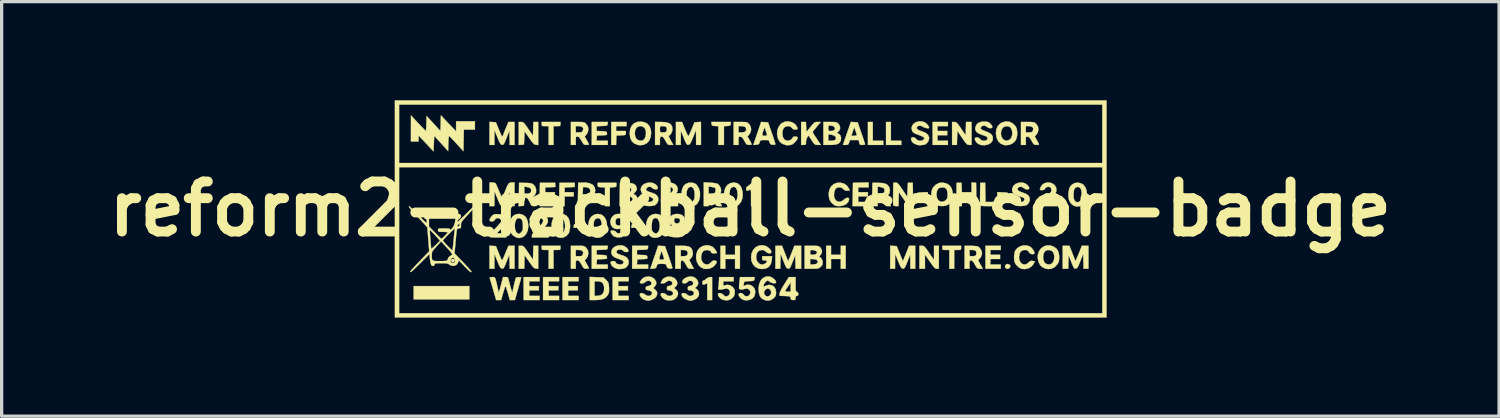
<source format=kicad_pcb>
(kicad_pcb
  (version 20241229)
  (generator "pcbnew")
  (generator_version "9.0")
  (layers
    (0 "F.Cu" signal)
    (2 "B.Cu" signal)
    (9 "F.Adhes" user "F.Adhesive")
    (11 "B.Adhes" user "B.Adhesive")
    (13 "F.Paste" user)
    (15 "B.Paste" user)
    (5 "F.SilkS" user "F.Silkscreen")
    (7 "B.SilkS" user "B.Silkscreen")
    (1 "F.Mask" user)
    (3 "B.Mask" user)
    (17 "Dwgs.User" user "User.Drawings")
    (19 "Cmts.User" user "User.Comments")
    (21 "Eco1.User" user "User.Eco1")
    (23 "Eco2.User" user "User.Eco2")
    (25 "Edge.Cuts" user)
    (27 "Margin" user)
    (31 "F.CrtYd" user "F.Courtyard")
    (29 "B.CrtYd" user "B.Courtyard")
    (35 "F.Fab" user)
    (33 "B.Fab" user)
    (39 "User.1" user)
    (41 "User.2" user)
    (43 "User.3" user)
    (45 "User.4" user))
  (footprint "reform2-trackball-sensor-badge"
    (layer "F.Cu")
    (at 19.783 3.307)
    (property "Reference" "reform2-trackball-sensor-badge" (at 0 0 0) (layer "F.SilkS") (effects (font (size 1.524 1.524) (thickness 0.3))))
    (attr through_hole)
    (fp_poly (pts (xy -8.551 2.752) (xy -10.245 2.752) (xy -10.245 2.349) (xy -8.551 2.349) (xy -8.551 2.752)) (stroke (width 0.01) (type solid)) (fill yes) (layer "F.SilkS"))
    (fp_poly (pts (xy 3.725 -2.074) (xy 4.043 -2.074) (xy 4.043 -1.947) (xy 3.577 -1.947) (xy 3.577 -2.646) (xy 3.725 -2.646) (xy 3.725 -2.074)) (stroke (width 0.01) (type solid)) (fill yes) (layer "F.SilkS"))
    (fp_poly (pts (xy 4.276 -2.074) (xy 4.593 -2.074) (xy 4.593 -1.947) (xy 4.128 -1.947) (xy 4.128 -2.646) (xy 4.276 -2.646) (xy 4.276 -2.074)) (stroke (width 0.01) (type solid)) (fill yes) (layer "F.SilkS"))
    (fp_poly (pts (xy -5.038 0.572) (xy -5.379 0.572) (xy -5.372 0.513) (xy -5.367 0.484) (xy -5.354 0.466) (xy -5.324 0.457) (xy -5.267 0.452) (xy -5.202 0.449) (xy -5.038 0.443) (xy -5.038 0.572)) (stroke (width 0.01) (type solid)) (fill yes) (layer "F.SilkS"))
    (fp_poly (pts (xy -3.281 0.572) (xy -3.622 0.572) (xy -3.616 0.513) (xy -3.61 0.484) (xy -3.597 0.466) (xy -3.567 0.457) (xy -3.51 0.452) (xy -3.445 0.449) (xy -3.281 0.443) (xy -3.281 0.572)) (stroke (width 0.01) (type solid)) (fill yes) (layer "F.SilkS"))
    (fp_poly (pts (xy 5.397 -0.381) (xy 5.056 -0.381) (xy 5.063 -0.439) (xy 5.068 -0.469) (xy 5.081 -0.486) (xy 5.112 -0.496) (xy 5.168 -0.501) (xy 5.233 -0.504) (xy 5.397 -0.51) (xy 5.397 -0.381)) (stroke (width 0.01) (type solid)) (fill yes) (layer "F.SilkS"))
    (fp_poly (pts (xy 7.678 -0.504) (xy 7.761 -0.5) (xy 7.81 -0.494) (xy 7.835 -0.483) (xy 7.846 -0.462) (xy 7.849 -0.439) (xy 7.856 -0.381) (xy 7.514 -0.381) (xy 7.514 -0.51) (xy 7.678 -0.504)) (stroke (width 0.01) (type solid)) (fill yes) (layer "F.SilkS"))
    (fp_poly (pts (xy -9.008 1.531) (xy -8.998 1.559) (xy -9 1.571) (xy -9.02 1.611) (xy -9.055 1.628) (xy -9.087 1.616) (xy -9.1 1.585) (xy -9.102 1.563) (xy -9.088 1.532) (xy -9.047 1.524) (xy -9.008 1.531)) (stroke (width 0.01) (type solid)) (fill yes) (layer "F.SilkS"))
    (fp_poly (pts (xy 7.866 1.685) (xy 7.903 1.715) (xy 7.912 1.757) (xy 7.909 1.766) (xy 7.875 1.809) (xy 7.825 1.826) (xy 7.78 1.813) (xy 7.75 1.771) (xy 7.752 1.724) (xy 7.782 1.687) (xy 7.812 1.676) (xy 7.866 1.685)) (stroke (width 0.01) (type solid)) (fill yes) (layer "F.SilkS"))
    (fp_poly (pts (xy -6.413 2.201) (xy -6.731 2.201) (xy -6.731 2.349) (xy -6.435 2.349) (xy -6.435 2.477) (xy -6.731 2.477) (xy -6.731 2.646) (xy -6.413 2.646) (xy -6.413 2.773) (xy -6.9 2.773) (xy -6.9 2.074) (xy -6.413 2.074) (xy -6.413 2.201)) (stroke (width 0.01) (type solid)) (fill yes) (layer "F.SilkS"))
    (fp_poly (pts (xy -5.821 2.201) (xy -6.138 2.201) (xy -6.138 2.349) (xy -5.842 2.349) (xy -5.842 2.477) (xy -6.138 2.477) (xy -6.138 2.646) (xy -5.821 2.646) (xy -5.821 2.773) (xy -6.308 2.773) (xy -6.308 2.074) (xy -5.821 2.074) (xy -5.821 2.201)) (stroke (width 0.01) (type solid)) (fill yes) (layer "F.SilkS"))
    (fp_poly (pts (xy -5.345 -0.667) (xy -5.498 -0.661) (xy -5.652 -0.654) (xy -5.652 -0.508) (xy -5.376 -0.508) (xy -5.376 -0.381) (xy -5.652 -0.381) (xy -5.652 -0.085) (xy -5.822 -0.085) (xy -5.816 -0.439) (xy -5.81 -0.794) (xy -5.345 -0.794) (xy -5.345 -0.667)) (stroke (width 0.01) (type solid)) (fill yes) (layer "F.SilkS"))
    (fp_poly (pts (xy -5.228 2.201) (xy -5.546 2.201) (xy -5.546 2.349) (xy -5.249 2.349) (xy -5.249 2.477) (xy -5.546 2.477) (xy -5.546 2.646) (xy -5.228 2.646) (xy -5.228 2.773) (xy -5.715 2.773) (xy -5.715 2.074) (xy -5.228 2.074) (xy -5.228 2.201)) (stroke (width 0.01) (type solid)) (fill yes) (layer "F.SilkS"))
    (fp_poly (pts (xy -3.704 2.201) (xy -4.022 2.201) (xy -4.022 2.349) (xy -3.725 2.349) (xy -3.725 2.477) (xy -4.022 2.477) (xy -4.022 2.646) (xy -3.704 2.646) (xy -3.704 2.773) (xy -4.191 2.773) (xy -4.191 2.074) (xy -3.704 2.074) (xy -3.704 2.201)) (stroke (width 0.01) (type solid)) (fill yes) (layer "F.SilkS"))
    (fp_poly (pts (xy -0.762 1.397) (xy -0.466 1.397) (xy -0.466 1.122) (xy -0.318 1.122) (xy -0.318 1.82) (xy -0.466 1.82) (xy -0.466 1.524) (xy -0.762 1.524) (xy -0.762 1.82) (xy -0.91 1.82) (xy -0.91 1.122) (xy -0.762 1.122) (xy -0.762 1.397)) (stroke (width 0.01) (type solid)) (fill yes) (layer "F.SilkS"))
    (fp_poly (pts (xy 2.455 1.397) (xy 2.752 1.397) (xy 2.752 1.122) (xy 2.9 1.122) (xy 2.9 1.82) (xy 2.752 1.82) (xy 2.752 1.524) (xy 2.455 1.524) (xy 2.455 1.82) (xy 2.307 1.82) (xy 2.307 1.122) (xy 2.455 1.122) (xy 2.455 1.397)) (stroke (width 0.01) (type solid)) (fill yes) (layer "F.SilkS"))
    (fp_poly (pts (xy 6.011 -2.519) (xy 5.694 -2.519) (xy 5.694 -2.371) (xy 5.99 -2.371) (xy 5.99 -2.244) (xy 5.694 -2.244) (xy 5.694 -2.074) (xy 6.011 -2.074) (xy 6.011 -1.947) (xy 5.546 -1.947) (xy 5.546 -2.646) (xy 6.011 -2.646) (xy 6.011 -2.519)) (stroke (width 0.01) (type solid)) (fill yes) (layer "F.SilkS"))
    (fp_poly (pts (xy 7.62 1.249) (xy 7.303 1.249) (xy 7.303 1.397) (xy 7.599 1.397) (xy 7.599 1.524) (xy 7.303 1.524) (xy 7.303 1.693) (xy 7.62 1.693) (xy 7.62 1.82) (xy 7.154 1.82) (xy 7.154 1.122) (xy 7.62 1.122) (xy 7.62 1.249)) (stroke (width 0.01) (type solid)) (fill yes) (layer "F.SilkS"))
    (fp_poly (pts (xy 3.598 -0.656) (xy 3.281 -0.656) (xy 3.281 -0.508) (xy 3.577 -0.508) (xy 3.577 -0.381) (xy 3.281 -0.381) (xy 3.281 -0.212) (xy 3.598 -0.212) (xy 3.598 -0.085) (xy 3.11 -0.085) (xy 3.116 -0.439) (xy 3.122 -0.794) (xy 3.598 -0.806) (xy 3.598 -0.656)) (stroke (width 0.01) (type solid)) (fill yes) (layer "F.SilkS"))
    (fp_poly (pts (xy -5.937 -0.667) (xy -6.091 -0.661) (xy -6.244 -0.654) (xy -6.244 -0.508) (xy -5.948 -0.508) (xy -5.948 -0.381) (xy -6.244 -0.381) (xy -6.244 -0.212) (xy -5.927 -0.212) (xy -5.927 -0.085) (xy -6.415 -0.085) (xy -6.409 -0.439) (xy -6.403 -0.794) (xy -5.937 -0.794) (xy -5.937 -0.667)) (stroke (width 0.01) (type solid)) (fill yes) (layer "F.SilkS"))
    (fp_poly (pts (xy 9.559 -0.229) (xy 9.575 -0.213) (xy 9.604 -0.174) (xy 9.602 -0.141) (xy 9.597 -0.132) (xy 9.561 -0.103) (xy 9.511 -0.088) (xy 9.467 -0.091) (xy 9.455 -0.098) (xy 9.44 -0.139) (xy 9.449 -0.191) (xy 9.479 -0.23) (xy 9.485 -0.234) (xy 9.524 -0.246) (xy 9.559 -0.229)) (stroke (width 0.01) (type solid)) (fill yes) (layer "F.SilkS"))
    (fp_poly (pts (xy -3.768 -2.519) (xy -4.085 -2.519) (xy -4.085 -2.371) (xy -3.789 -2.371) (xy -3.789 -2.308) (xy -3.79 -2.275) (xy -3.801 -2.256) (xy -3.831 -2.246) (xy -3.889 -2.241) (xy -3.932 -2.239) (xy -4.075 -2.233) (xy -4.087 -1.947) (xy -4.233 -1.947) (xy -4.233 -2.646) (xy -3.768 -2.646) (xy -3.768 -2.519)) (stroke (width 0.01) (type solid)) (fill yes) (layer "F.SilkS"))
    (fp_poly (pts (xy 6.869 -0.794) (xy 6.874 -0.439) (xy 6.88 -0.085) (xy 6.731 -0.085) (xy 6.731 -0.381) (xy 6.435 -0.381) (xy 6.435 -0.085) (xy 6.264 -0.085) (xy 6.27 -0.439) (xy 6.276 -0.794) (xy 6.424 -0.794) (xy 6.43 -0.651) (xy 6.437 -0.508) (xy 6.731 -0.508) (xy 6.731 -0.807) (xy 6.869 -0.794)) (stroke (width 0.01) (type solid)) (fill yes) (layer "F.SilkS"))
    (fp_poly (pts (xy -5.779 -2.582) (xy -5.781 -2.545) (xy -5.795 -2.526) (xy -5.832 -2.52) (xy -5.884 -2.519) (xy -5.99 -2.519) (xy -5.99 -1.947) (xy -6.138 -1.947) (xy -6.138 -2.519) (xy -6.244 -2.519) (xy -6.307 -2.52) (xy -6.338 -2.529) (xy -6.349 -2.551) (xy -6.35 -2.582) (xy -6.35 -2.646) (xy -5.779 -2.646) (xy -5.779 -2.582)) (stroke (width 0.01) (type solid)) (fill yes) (layer "F.SilkS"))
    (fp_poly (pts (xy -5.779 1.185) (xy -5.781 1.223) (xy -5.795 1.242) (xy -5.832 1.248) (xy -5.884 1.249) (xy -5.99 1.249) (xy -5.99 1.82) (xy -6.138 1.82) (xy -6.138 1.249) (xy -6.244 1.249) (xy -6.307 1.247) (xy -6.338 1.239) (xy -6.349 1.217) (xy -6.35 1.185) (xy -6.35 1.122) (xy -5.779 1.122) (xy -5.779 1.185)) (stroke (width 0.01) (type solid)) (fill yes) (layer "F.SilkS"))
    (fp_poly (pts (xy -4.075 -0.73) (xy -4.077 -0.692) (xy -4.094 -0.672) (xy -4.134 -0.663) (xy -4.175 -0.66) (xy -4.276 -0.654) (xy -4.276 -0.085) (xy -4.424 -0.085) (xy -4.424 -0.654) (xy -4.535 -0.66) (xy -4.6 -0.665) (xy -4.633 -0.676) (xy -4.645 -0.697) (xy -4.646 -0.73) (xy -4.646 -0.794) (xy -4.075 -0.794) (xy -4.075 -0.73)) (stroke (width 0.01) (type solid)) (fill yes) (layer "F.SilkS"))
    (fp_poly (pts (xy -1.164 2.773) (xy -1.312 2.773) (xy -1.312 2.266) (xy -1.367 2.287) (xy -1.423 2.304) (xy -1.451 2.298) (xy -1.46 2.264) (xy -1.46 2.244) (xy -1.451 2.194) (xy -1.428 2.18) (xy -1.392 2.166) (xy -1.347 2.132) (xy -1.342 2.127) (xy -1.277 2.085) (xy -1.227 2.074) (xy -1.164 2.074) (xy -1.164 2.773)) (stroke (width 0.01) (type solid)) (fill yes) (layer "F.SilkS"))
    (fp_poly (pts (xy -0.597 -2.588) (xy -0.605 -2.552) (xy -0.626 -2.534) (xy -0.673 -2.525) (xy -0.704 -2.523) (xy -0.804 -2.517) (xy -0.804 -1.947) (xy -0.974 -1.947) (xy -0.974 -2.517) (xy -1.074 -2.523) (xy -1.136 -2.529) (xy -1.166 -2.542) (xy -1.179 -2.57) (xy -1.181 -2.588) (xy -1.188 -2.646) (xy -0.59 -2.646) (xy -0.597 -2.588)) (stroke (width 0.01) (type solid)) (fill yes) (layer "F.SilkS"))
    (fp_poly (pts (xy 6.413 1.185) (xy 6.411 1.223) (xy 6.397 1.242) (xy 6.36 1.248) (xy 6.308 1.249) (xy 6.202 1.249) (xy 6.202 1.82) (xy 6.054 1.82) (xy 6.054 1.249) (xy 5.948 1.249) (xy 5.885 1.247) (xy 5.854 1.239) (xy 5.843 1.217) (xy 5.842 1.185) (xy 5.842 1.122) (xy 6.413 1.122) (xy 6.413 1.185)) (stroke (width 0.01) (type solid)) (fill yes) (layer "F.SilkS"))
    (fp_poly (pts (xy 7.15 -0.503) (xy 7.156 -0.212) (xy 7.451 -0.212) (xy 7.451 -0.085) (xy 7.228 -0.085) (xy 7.118 -0.086) (xy 7.046 -0.092) (xy 7.006 -0.101) (xy 6.994 -0.112) (xy 6.991 -0.142) (xy 6.989 -0.206) (xy 6.988 -0.296) (xy 6.989 -0.405) (xy 6.99 -0.467) (xy 6.996 -0.794) (xy 7.144 -0.794) (xy 7.15 -0.503)) (stroke (width 0.01) (type solid)) (fill yes) (layer "F.SilkS"))
    (fp_poly (pts (xy 10.837 3.302) (xy -10.816 3.302) (xy -10.816 -1.27) (xy -10.689 -1.27) (xy -10.689 3.175) (xy 10.71 3.175) (xy 10.71 -1.27) (xy -10.689 -1.27) (xy -10.816 -1.27) (xy -10.816 -3.175) (xy -10.689 -3.175) (xy -10.689 -1.397) (xy 10.71 -1.397) (xy 10.71 -3.175) (xy -10.689 -3.175) (xy -10.816 -3.175) (xy -10.816 -3.302) (xy 10.837 -3.302) (xy 10.837 3.302)) (stroke (width 0.01) (type solid)) (fill yes) (layer "F.SilkS"))
    (fp_poly (pts (xy 0.169 -0.085) (xy 0.021 -0.085) (xy 0.021 -0.341) (xy 0.021 -0.449) (xy 0.019 -0.52) (xy 0.014 -0.563) (xy 0.006 -0.582) (xy -0.007 -0.585) (xy -0.016 -0.582) (xy -0.078 -0.559) (xy -0.112 -0.556) (xy -0.125 -0.577) (xy -0.127 -0.61) (xy -0.116 -0.664) (xy -0.085 -0.688) (xy -0.042 -0.714) (xy -0.003 -0.753) (xy 0.055 -0.796) (xy 0.104 -0.804) (xy 0.169 -0.804) (xy 0.169 -0.085)) (stroke (width 0.01) (type solid)) (fill yes) (layer "F.SilkS"))
    (fp_poly (pts (xy -6.943 1.124) (xy -6.915 1.134) (xy -6.886 1.158) (xy -6.85 1.203) (xy -6.8 1.272) (xy -6.758 1.334) (xy -6.615 1.546) (xy -6.603 1.122) (xy -6.456 1.122) (xy -6.456 1.823) (xy -6.523 1.816) (xy -6.556 1.809) (xy -6.586 1.791) (xy -6.622 1.755) (xy -6.668 1.696) (xy -6.73 1.609) (xy -6.869 1.408) (xy -6.881 1.82) (xy -7.048 1.82) (xy -7.048 1.122) (xy -6.975 1.122) (xy -6.943 1.124)) (stroke (width 0.01) (type solid)) (fill yes) (layer "F.SilkS"))
    (fp_poly (pts (xy 5.249 1.124) (xy 5.277 1.134) (xy 5.306 1.158) (xy 5.343 1.202) (xy 5.393 1.271) (xy 5.439 1.337) (xy 5.588 1.552) (xy 5.588 1.122) (xy 5.736 1.122) (xy 5.736 1.82) (xy 5.674 1.82) (xy 5.645 1.817) (xy 5.617 1.802) (xy 5.585 1.771) (xy 5.542 1.717) (xy 5.483 1.635) (xy 5.462 1.605) (xy 5.313 1.389) (xy 5.313 1.82) (xy 5.144 1.82) (xy 5.144 1.122) (xy 5.217 1.122) (xy 5.249 1.124)) (stroke (width 0.01) (type solid)) (fill yes) (layer "F.SilkS"))
    (fp_poly (pts (xy -6.943 -2.644) (xy -6.915 -2.633) (xy -6.886 -2.609) (xy -6.849 -2.564) (xy -6.798 -2.493) (xy -6.759 -2.436) (xy -6.615 -2.226) (xy -6.603 -2.646) (xy -6.456 -2.646) (xy -6.456 -1.945) (xy -6.523 -1.951) (xy -6.556 -1.958) (xy -6.586 -1.977) (xy -6.622 -2.012) (xy -6.668 -2.072) (xy -6.73 -2.159) (xy -6.869 -2.36) (xy -6.879 -2.159) (xy -6.89 -1.958) (xy -6.969 -1.951) (xy -7.048 -1.945) (xy -7.048 -2.646) (xy -6.976 -2.646) (xy -6.943 -2.644)) (stroke (width 0.01) (type solid)) (fill yes) (layer "F.SilkS"))
    (fp_poly (pts (xy 6.731 -1.947) (xy 6.661 -1.947) (xy 6.629 -1.95) (xy 6.602 -1.961) (xy 6.572 -1.987) (xy 6.534 -2.033) (xy 6.483 -2.105) (xy 6.444 -2.161) (xy 6.297 -2.376) (xy 6.291 -2.161) (xy 6.285 -1.947) (xy 6.138 -1.947) (xy 6.138 -2.646) (xy 6.207 -2.645) (xy 6.239 -2.642) (xy 6.267 -2.63) (xy 6.298 -2.602) (xy 6.337 -2.552) (xy 6.391 -2.475) (xy 6.413 -2.442) (xy 6.551 -2.239) (xy 6.563 -2.646) (xy 6.731 -2.646) (xy 6.731 -1.947)) (stroke (width 0.01) (type solid)) (fill yes) (layer "F.SilkS"))
    (fp_poly (pts (xy -4.343 -2.588) (xy -4.348 -2.558) (xy -4.361 -2.541) (xy -4.392 -2.531) (xy -4.449 -2.526) (xy -4.514 -2.523) (xy -4.678 -2.517) (xy -4.678 -2.373) (xy -4.524 -2.366) (xy -4.445 -2.362) (xy -4.399 -2.356) (xy -4.376 -2.343) (xy -4.367 -2.32) (xy -4.364 -2.303) (xy -4.362 -2.273) (xy -4.371 -2.256) (xy -4.399 -2.247) (xy -4.455 -2.242) (xy -4.512 -2.239) (xy -4.667 -2.233) (xy -4.674 -2.154) (xy -4.68 -2.074) (xy -4.339 -2.074) (xy -4.339 -1.947) (xy -4.826 -1.947) (xy -4.826 -2.646) (xy -4.336 -2.646) (xy -4.343 -2.588)) (stroke (width 0.01) (type solid)) (fill yes) (layer "F.SilkS"))
    (fp_poly (pts (xy -4.343 1.18) (xy -4.348 1.209) (xy -4.361 1.227) (xy -4.392 1.237) (xy -4.449 1.242) (xy -4.514 1.244) (xy -4.678 1.251) (xy -4.678 1.395) (xy -4.524 1.401) (xy -4.445 1.405) (xy -4.399 1.412) (xy -4.376 1.425) (xy -4.367 1.447) (xy -4.364 1.465) (xy -4.362 1.494) (xy -4.371 1.512) (xy -4.399 1.521) (xy -4.455 1.526) (xy -4.512 1.528) (xy -4.667 1.535) (xy -4.674 1.614) (xy -4.68 1.693) (xy -4.339 1.693) (xy -4.339 1.82) (xy -4.826 1.82) (xy -4.826 1.122) (xy -4.336 1.122) (xy -4.343 1.18)) (stroke (width 0.01) (type solid)) (fill yes) (layer "F.SilkS"))
    (fp_poly (pts (xy -3.115 1.18) (xy -3.121 1.209) (xy -3.134 1.227) (xy -3.164 1.237) (xy -3.221 1.242) (xy -3.286 1.244) (xy -3.45 1.251) (xy -3.45 1.395) (xy -3.297 1.401) (xy -3.217 1.405) (xy -3.171 1.412) (xy -3.148 1.425) (xy -3.139 1.447) (xy -3.137 1.465) (xy -3.135 1.494) (xy -3.144 1.512) (xy -3.171 1.521) (xy -3.227 1.526) (xy -3.285 1.528) (xy -3.44 1.535) (xy -3.446 1.614) (xy -3.453 1.693) (xy -3.111 1.693) (xy -3.111 1.82) (xy -3.598 1.82) (xy -3.598 1.122) (xy -3.109 1.122) (xy -3.115 1.18)) (stroke (width 0.01) (type solid)) (fill yes) (layer "F.SilkS"))
    (fp_poly (pts (xy 4.353 1.126) (xy 4.452 1.132) (xy 4.642 1.591) (xy 4.736 1.357) (xy 4.83 1.122) (xy 5.016 1.122) (xy 5.016 1.82) (xy 4.868 1.82) (xy 4.867 1.603) (xy 4.866 1.386) (xy 4.779 1.604) (xy 4.74 1.7) (xy 4.711 1.762) (xy 4.689 1.798) (xy 4.669 1.814) (xy 4.646 1.817) (xy 4.638 1.816) (xy 4.613 1.809) (xy 4.59 1.788) (xy 4.565 1.748) (xy 4.534 1.682) (xy 4.495 1.587) (xy 4.405 1.365) (xy 4.404 1.593) (xy 4.403 1.82) (xy 4.255 1.82) (xy 4.255 1.12) (xy 4.353 1.126)) (stroke (width 0.01) (type solid)) (fill yes) (layer "F.SilkS"))
    (fp_poly (pts (xy 9.893 1.592) (xy 9.938 1.489) (xy 9.971 1.411) (xy 10.009 1.318) (xy 10.035 1.254) (xy 10.086 1.122) (xy 10.287 1.122) (xy 10.287 1.82) (xy 10.14 1.82) (xy 10.128 1.366) (xy 10.041 1.588) (xy 10.001 1.686) (xy 9.972 1.751) (xy 9.948 1.79) (xy 9.925 1.809) (xy 9.901 1.816) (xy 9.876 1.816) (xy 9.855 1.804) (xy 9.834 1.774) (xy 9.808 1.719) (xy 9.772 1.632) (xy 9.766 1.616) (xy 9.684 1.409) (xy 9.672 1.82) (xy 9.504 1.82) (xy 9.504 1.122) (xy 9.709 1.122) (xy 9.893 1.592)) (stroke (width 0.01) (type solid)) (fill yes) (layer "F.SilkS"))
    (fp_poly (pts (xy 1.545 1.82) (xy 1.377 1.82) (xy 1.365 1.409) (xy 1.283 1.616) (xy 1.246 1.708) (xy 1.219 1.768) (xy 1.197 1.801) (xy 1.177 1.815) (xy 1.153 1.817) (xy 1.148 1.816) (xy 1.123 1.809) (xy 1.1 1.789) (xy 1.076 1.749) (xy 1.046 1.683) (xy 1.008 1.588) (xy 0.921 1.366) (xy 0.915 1.593) (xy 0.909 1.82) (xy 0.762 1.82) (xy 0.762 1.122) (xy 0.863 1.122) (xy 0.963 1.122) (xy 1.148 1.591) (xy 1.184 1.51) (xy 1.21 1.449) (xy 1.244 1.366) (xy 1.279 1.279) (xy 1.28 1.275) (xy 1.34 1.122) (xy 1.545 1.122) (xy 1.545 1.82)) (stroke (width 0.01) (type solid)) (fill yes) (layer "F.SilkS"))
    (fp_poly (pts (xy -4.885 -0.779) (xy -4.796 -0.733) (xy -4.741 -0.665) (xy -4.72 -0.577) (xy -4.72 -0.572) (xy -4.734 -0.465) (xy -4.777 -0.388) (xy -4.851 -0.34) (xy -4.956 -0.319) (xy -4.996 -0.318) (xy -5.101 -0.318) (xy -5.101 -0.085) (xy -5.25 -0.085) (xy -5.245 -0.439) (xy -5.244 -0.445) (xy -5.103 -0.445) (xy -5.019 -0.445) (xy -4.953 -0.453) (xy -4.905 -0.475) (xy -4.902 -0.478) (xy -4.869 -0.532) (xy -4.874 -0.586) (xy -4.911 -0.631) (xy -4.975 -0.658) (xy -5.006 -0.662) (xy -5.091 -0.667) (xy -5.103 -0.445) (xy -5.244 -0.445) (xy -5.239 -0.794) (xy -5.154 -0.801) (xy -5.005 -0.802) (xy -4.885 -0.779)) (stroke (width 0.01) (type solid)) (fill yes) (layer "F.SilkS"))
    (fp_poly (pts (xy -1.503 -1.947) (xy -1.651 -1.947) (xy -1.652 -2.175) (xy -1.653 -2.402) (xy -1.743 -2.18) (xy -1.784 -2.082) (xy -1.814 -2.017) (xy -1.839 -1.978) (xy -1.862 -1.958) (xy -1.886 -1.952) (xy -1.911 -1.952) (xy -1.931 -1.963) (xy -1.952 -1.992) (xy -1.978 -2.046) (xy -2.014 -2.13) (xy -2.027 -2.163) (xy -2.114 -2.381) (xy -2.117 -1.947) (xy -2.265 -1.947) (xy -2.265 -2.646) (xy -2.079 -2.646) (xy -1.989 -2.422) (xy -1.952 -2.336) (xy -1.92 -2.268) (xy -1.895 -2.226) (xy -1.883 -2.216) (xy -1.868 -2.242) (xy -1.842 -2.298) (xy -1.808 -2.374) (xy -1.783 -2.434) (xy -1.7 -2.635) (xy -1.602 -2.642) (xy -1.503 -2.648) (xy -1.503 -1.947)) (stroke (width 0.01) (type solid)) (fill yes) (layer "F.SilkS"))
    (fp_poly (pts (xy 4.468 -0.791) (xy 4.496 -0.767) (xy 4.532 -0.723) (xy 4.582 -0.652) (xy 4.626 -0.588) (xy 4.773 -0.37) (xy 4.784 -0.582) (xy 4.794 -0.794) (xy 4.942 -0.794) (xy 4.948 -0.439) (xy 4.954 -0.085) (xy 4.882 -0.085) (xy 4.851 -0.087) (xy 4.823 -0.098) (xy 4.794 -0.123) (xy 4.757 -0.168) (xy 4.706 -0.239) (xy 4.665 -0.298) (xy 4.519 -0.512) (xy 4.513 -0.298) (xy 4.507 -0.085) (xy 4.433 -0.085) (xy 4.38 -0.092) (xy 4.35 -0.109) (xy 4.349 -0.112) (xy 4.345 -0.142) (xy 4.343 -0.206) (xy 4.342 -0.296) (xy 4.343 -0.405) (xy 4.344 -0.467) (xy 4.35 -0.794) (xy 4.414 -0.8) (xy 4.442 -0.8) (xy 4.468 -0.791)) (stroke (width 0.01) (type solid)) (fill yes) (layer "F.SilkS"))
    (fp_poly (pts (xy -7.84 1.126) (xy -7.743 1.132) (xy -7.655 1.349) (xy -7.619 1.436) (xy -7.587 1.507) (xy -7.565 1.552) (xy -7.556 1.566) (xy -7.543 1.548) (xy -7.519 1.498) (xy -7.487 1.425) (xy -7.453 1.344) (xy -7.361 1.122) (xy -7.176 1.122) (xy -7.176 1.82) (xy -7.322 1.82) (xy -7.328 1.607) (xy -7.334 1.394) (xy -7.419 1.608) (xy -7.457 1.702) (xy -7.485 1.763) (xy -7.507 1.798) (xy -7.527 1.814) (xy -7.551 1.816) (xy -7.556 1.816) (xy -7.582 1.808) (xy -7.605 1.788) (xy -7.629 1.748) (xy -7.66 1.682) (xy -7.699 1.587) (xy -7.789 1.365) (xy -7.789 1.593) (xy -7.789 1.82) (xy -7.938 1.82) (xy -7.938 1.12) (xy -7.84 1.126)) (stroke (width 0.01) (type solid)) (fill yes) (layer "F.SilkS"))
    (fp_poly (pts (xy -4.467 2.085) (xy -4.388 2.164) (xy -4.346 2.209) (xy -4.321 2.248) (xy -4.309 2.296) (xy -4.302 2.367) (xy -4.301 2.397) (xy -4.299 2.483) (xy -4.304 2.541) (xy -4.32 2.586) (xy -4.343 2.625) (xy -4.402 2.693) (xy -4.475 2.739) (xy -4.571 2.764) (xy -4.698 2.773) (xy -4.715 2.773) (xy -4.889 2.773) (xy -4.889 2.201) (xy -4.741 2.201) (xy -4.741 2.646) (xy -4.668 2.646) (xy -4.601 2.639) (xy -4.543 2.622) (xy -4.487 2.574) (xy -4.455 2.496) (xy -4.449 2.394) (xy -4.451 2.376) (xy -4.474 2.287) (xy -4.521 2.231) (xy -4.596 2.205) (xy -4.648 2.201) (xy -4.741 2.201) (xy -4.889 2.201) (xy -4.889 2.07) (xy -4.467 2.085)) (stroke (width 0.01) (type solid)) (fill yes) (layer "F.SilkS"))
    (fp_poly (pts (xy -7.84 -2.642) (xy -7.743 -2.635) (xy -7.655 -2.419) (xy -7.618 -2.331) (xy -7.587 -2.261) (xy -7.564 -2.215) (xy -7.553 -2.202) (xy -7.537 -2.219) (xy -7.519 -2.26) (xy -7.501 -2.306) (xy -7.473 -2.379) (xy -7.439 -2.462) (xy -7.43 -2.482) (xy -7.362 -2.646) (xy -7.176 -2.646) (xy -7.176 -1.947) (xy -7.322 -1.947) (xy -7.334 -2.381) (xy -7.419 -2.163) (xy -7.457 -2.068) (xy -7.484 -2.006) (xy -7.506 -1.97) (xy -7.526 -1.954) (xy -7.549 -1.951) (xy -7.556 -1.952) (xy -7.582 -1.959) (xy -7.604 -1.98) (xy -7.629 -2.02) (xy -7.66 -2.086) (xy -7.698 -2.18) (xy -7.787 -2.402) (xy -7.788 -2.175) (xy -7.789 -1.947) (xy -7.938 -1.947) (xy -7.938 -2.648) (xy -7.84 -2.642)) (stroke (width 0.01) (type solid)) (fill yes) (layer "F.SilkS"))
    (fp_poly (pts (xy 3.162 -2.641) (xy 3.265 -2.635) (xy 3.378 -2.307) (xy 3.417 -2.196) (xy 3.449 -2.099) (xy 3.474 -2.024) (xy 3.489 -1.976) (xy 3.492 -1.963) (xy 3.474 -1.953) (xy 3.427 -1.948) (xy 3.409 -1.947) (xy 3.354 -1.95) (xy 3.327 -1.967) (xy 3.314 -2.008) (xy 3.311 -2.021) (xy 3.297 -2.095) (xy 3.03 -2.095) (xy 3.006 -2.021) (xy 2.985 -1.973) (xy 2.957 -1.952) (xy 2.904 -1.947) (xy 2.899 -1.947) (xy 2.817 -1.947) (xy 2.912 -2.223) (xy 3.072 -2.223) (xy 3.155 -2.223) (xy 3.214 -2.229) (xy 3.237 -2.246) (xy 3.237 -2.249) (xy 3.229 -2.283) (xy 3.212 -2.341) (xy 3.198 -2.381) (xy 3.161 -2.486) (xy 3.072 -2.223) (xy 2.912 -2.223) (xy 2.938 -2.297) (xy 3.059 -2.648) (xy 3.162 -2.641)) (stroke (width 0.01) (type solid)) (fill yes) (layer "F.SilkS"))
    (fp_poly (pts (xy -6.353 0.156) (xy -6.275 0.183) (xy -6.21 0.231) (xy -6.17 0.299) (xy -6.16 0.362) (xy -6.167 0.412) (xy -6.194 0.465) (xy -6.243 0.53) (xy -6.321 0.615) (xy -6.325 0.619) (xy -6.444 0.741) (xy -6.138 0.741) (xy -6.138 0.868) (xy -6.646 0.868) (xy -6.647 0.81) (xy -6.64 0.776) (xy -6.615 0.735) (xy -6.568 0.681) (xy -6.494 0.608) (xy -6.477 0.592) (xy -6.388 0.504) (xy -6.332 0.434) (xy -6.307 0.379) (xy -6.309 0.335) (xy -6.333 0.301) (xy -6.384 0.275) (xy -6.442 0.279) (xy -6.49 0.309) (xy -6.502 0.328) (xy -6.531 0.367) (xy -6.58 0.381) (xy -6.597 0.381) (xy -6.644 0.38) (xy -6.663 0.368) (xy -6.658 0.337) (xy -6.637 0.286) (xy -6.589 0.215) (xy -6.519 0.17) (xy -6.438 0.151) (xy -6.353 0.156)) (stroke (width 0.01) (type solid)) (fill yes) (layer "F.SilkS"))
    (fp_poly (pts (xy 1.698 -2.492) (xy 1.704 -2.339) (xy 1.828 -2.492) (xy 1.887 -2.564) (xy 1.929 -2.609) (xy 1.963 -2.634) (xy 1.997 -2.644) (xy 2.041 -2.646) (xy 2.047 -2.646) (xy 2.141 -2.646) (xy 2.04 -2.524) (xy 1.987 -2.46) (xy 1.941 -2.405) (xy 1.913 -2.371) (xy 1.912 -2.37) (xy 1.902 -2.347) (xy 1.907 -2.316) (xy 1.932 -2.268) (xy 1.976 -2.2) (xy 2.026 -2.126) (xy 2.071 -2.057) (xy 2.103 -2.008) (xy 2.105 -2.006) (xy 2.143 -1.947) (xy 2.05 -1.948) (xy 2.003 -1.95) (xy 1.969 -1.959) (xy 1.939 -1.985) (xy 1.903 -2.032) (xy 1.865 -2.089) (xy 1.772 -2.231) (xy 1.733 -2.182) (xy 1.702 -2.114) (xy 1.693 -2.04) (xy 1.692 -1.983) (xy 1.68 -1.956) (xy 1.65 -1.948) (xy 1.619 -1.947) (xy 1.545 -1.947) (xy 1.545 -2.646) (xy 1.691 -2.646) (xy 1.698 -2.492)) (stroke (width 0.01) (type solid)) (fill yes) (layer "F.SilkS"))
    (fp_poly (pts (xy 9.12 -0.799) (xy 9.199 -0.77) (xy 9.263 -0.721) (xy 9.303 -0.651) (xy 9.313 -0.587) (xy 9.31 -0.544) (xy 9.297 -0.506) (xy 9.267 -0.462) (xy 9.217 -0.404) (xy 9.172 -0.358) (xy 9.031 -0.212) (xy 9.335 -0.212) (xy 9.335 -0.085) (xy 8.826 -0.085) (xy 8.826 -0.143) (xy 8.834 -0.177) (xy 8.859 -0.218) (xy 8.906 -0.272) (xy 8.981 -0.345) (xy 8.998 -0.361) (xy 9.074 -0.435) (xy 9.124 -0.487) (xy 9.151 -0.526) (xy 9.162 -0.557) (xy 9.162 -0.582) (xy 9.145 -0.633) (xy 9.121 -0.662) (xy 9.069 -0.675) (xy 9.013 -0.662) (xy 8.972 -0.629) (xy 8.964 -0.614) (xy 8.941 -0.583) (xy 8.891 -0.572) (xy 8.878 -0.572) (xy 8.829 -0.573) (xy 8.81 -0.584) (xy 8.815 -0.615) (xy 8.835 -0.666) (xy 8.885 -0.739) (xy 8.955 -0.784) (xy 9.036 -0.804) (xy 9.12 -0.799)) (stroke (width 0.01) (type solid)) (fill yes) (layer "F.SilkS"))
    (fp_poly (pts (xy -5.687 0.16) (xy -5.601 0.201) (xy -5.537 0.275) (xy -5.498 0.378) (xy -5.485 0.507) (xy -5.487 0.561) (xy -5.499 0.642) (xy -5.516 0.713) (xy -5.533 0.751) (xy -5.605 0.827) (xy -5.694 0.871) (xy -5.792 0.88) (xy -5.884 0.853) (xy -5.966 0.787) (xy -6.021 0.689) (xy -6.047 0.574) (xy -6.047 0.509) (xy -5.884 0.509) (xy -5.882 0.591) (xy -5.874 0.645) (xy -5.857 0.682) (xy -5.833 0.71) (xy -5.776 0.746) (xy -5.724 0.742) (xy -5.68 0.697) (xy -5.655 0.643) (xy -5.638 0.558) (xy -5.639 0.469) (xy -5.657 0.387) (xy -5.688 0.321) (xy -5.73 0.282) (xy -5.758 0.275) (xy -5.818 0.291) (xy -5.859 0.341) (xy -5.88 0.427) (xy -5.884 0.509) (xy -6.047 0.509) (xy -6.047 0.442) (xy -6.018 0.329) (xy -5.962 0.239) (xy -5.881 0.179) (xy -5.792 0.154) (xy -5.687 0.16)) (stroke (width 0.01) (type solid)) (fill yes) (layer "F.SilkS"))
    (fp_poly (pts (xy -3.224 -2.639) (xy -3.13 -2.589) (xy -3.064 -2.508) (xy -3.027 -2.398) (xy -3.019 -2.31) (xy -3.035 -2.182) (xy -3.081 -2.076) (xy -3.153 -1.998) (xy -3.247 -1.951) (xy -3.358 -1.938) (xy -3.423 -1.948) (xy -3.531 -1.989) (xy -3.607 -2.059) (xy -3.654 -2.159) (xy -3.671 -2.288) (xy -3.671 -2.297) (xy -3.671 -2.303) (xy -3.517 -2.303) (xy -3.507 -2.215) (xy -3.475 -2.143) (xy -3.462 -2.126) (xy -3.39 -2.082) (xy -3.308 -2.077) (xy -3.271 -2.087) (xy -3.225 -2.126) (xy -3.193 -2.192) (xy -3.178 -2.274) (xy -3.179 -2.358) (xy -3.201 -2.433) (xy -3.219 -2.463) (xy -3.279 -2.509) (xy -3.352 -2.522) (xy -3.423 -2.502) (xy -3.47 -2.463) (xy -3.505 -2.391) (xy -3.517 -2.303) (xy -3.671 -2.303) (xy -3.657 -2.428) (xy -3.612 -2.531) (xy -3.538 -2.605) (xy -3.437 -2.647) (xy -3.344 -2.656) (xy -3.224 -2.639)) (stroke (width 0.01) (type solid)) (fill yes) (layer "F.SilkS"))
    (fp_poly (pts (xy -2.401 -0.796) (xy -2.317 -0.767) (xy -2.251 -0.714) (xy -2.221 -0.663) (xy -2.208 -0.597) (xy -2.222 -0.53) (xy -2.265 -0.454) (xy -2.341 -0.362) (xy -2.354 -0.348) (xy -2.481 -0.212) (xy -2.201 -0.212) (xy -2.201 -0.085) (xy -2.455 -0.085) (xy -2.562 -0.085) (xy -2.634 -0.087) (xy -2.678 -0.091) (xy -2.7 -0.1) (xy -2.708 -0.114) (xy -2.709 -0.131) (xy -2.693 -0.169) (xy -2.647 -0.232) (xy -2.573 -0.316) (xy -2.529 -0.361) (xy -2.46 -0.435) (xy -2.403 -0.5) (xy -2.364 -0.55) (xy -2.35 -0.578) (xy -2.349 -0.578) (xy -2.367 -0.629) (xy -2.41 -0.661) (xy -2.464 -0.672) (xy -2.516 -0.658) (xy -2.55 -0.619) (xy -2.58 -0.583) (xy -2.634 -0.572) (xy -2.64 -0.572) (xy -2.693 -0.583) (xy -2.71 -0.616) (xy -2.692 -0.667) (xy -2.65 -0.722) (xy -2.578 -0.775) (xy -2.492 -0.799) (xy -2.401 -0.796)) (stroke (width 0.01) (type solid)) (fill yes) (layer "F.SilkS"))
    (fp_poly (pts (xy -1.966 1.127) (xy -1.879 1.143) (xy -1.82 1.174) (xy -1.781 1.224) (xy -1.759 1.281) (xy -1.748 1.375) (xy -1.775 1.454) (xy -1.812 1.503) (xy -1.86 1.556) (xy -1.79 1.688) (xy -1.719 1.82) (xy -1.807 1.82) (xy -1.855 1.818) (xy -1.887 1.807) (xy -1.915 1.776) (xy -1.947 1.719) (xy -1.958 1.699) (xy -2.004 1.621) (xy -2.045 1.58) (xy -2.069 1.57) (xy -2.095 1.569) (xy -2.11 1.583) (xy -2.115 1.62) (xy -2.117 1.69) (xy -2.117 1.82) (xy -2.286 1.82) (xy -2.286 1.249) (xy -2.117 1.249) (xy -2.117 1.439) (xy -2.036 1.439) (xy -1.977 1.433) (xy -1.935 1.417) (xy -1.93 1.414) (xy -1.909 1.373) (xy -1.905 1.344) (xy -1.92 1.288) (xy -1.968 1.257) (xy -2.036 1.249) (xy -2.117 1.249) (xy -2.286 1.249) (xy -2.286 1.122) (xy -2.088 1.122) (xy -1.966 1.127)) (stroke (width 0.01) (type solid)) (fill yes) (layer "F.SilkS"))
    (fp_poly (pts (xy 7.883 -2.652) (xy 7.984 -2.602) (xy 8.073 -2.512) (xy 8.074 -2.511) (xy 8.105 -2.441) (xy 8.12 -2.347) (xy 8.118 -2.245) (xy 8.1 -2.15) (xy 8.068 -2.079) (xy 7.986 -1.998) (xy 7.882 -1.95) (xy 7.768 -1.938) (xy 7.709 -1.947) (xy 7.612 -1.99) (xy 7.538 -2.067) (xy 7.491 -2.17) (xy 7.477 -2.264) (xy 7.625 -2.264) (xy 7.648 -2.182) (xy 7.692 -2.119) (xy 7.751 -2.082) (xy 7.819 -2.077) (xy 7.89 -2.107) (xy 7.94 -2.165) (xy 7.967 -2.249) (xy 7.968 -2.344) (xy 7.96 -2.387) (xy 7.927 -2.464) (xy 7.875 -2.505) (xy 7.795 -2.519) (xy 7.791 -2.519) (xy 7.717 -2.5) (xy 7.661 -2.445) (xy 7.629 -2.361) (xy 7.625 -2.264) (xy 7.477 -2.264) (xy 7.472 -2.296) (xy 7.472 -2.307) (xy 7.488 -2.434) (xy 7.537 -2.535) (xy 7.617 -2.608) (xy 7.656 -2.629) (xy 7.773 -2.661) (xy 7.883 -2.652)) (stroke (width 0.01) (type solid)) (fill yes) (layer "F.SilkS"))
    (fp_poly (pts (xy -1.715 -0.785) (xy -1.662 -0.758) (xy -1.627 -0.723) (xy -1.565 -0.623) (xy -1.533 -0.501) (xy -1.534 -0.37) (xy -1.565 -0.247) (xy -1.621 -0.154) (xy -1.699 -0.094) (xy -1.796 -0.069) (xy -1.894 -0.079) (xy -1.974 -0.119) (xy -2.036 -0.193) (xy -2.077 -0.295) (xy -2.093 -0.404) (xy -1.944 -0.404) (xy -1.926 -0.307) (xy -1.888 -0.237) (xy -1.883 -0.232) (xy -1.84 -0.198) (xy -1.803 -0.197) (xy -1.758 -0.23) (xy -1.745 -0.242) (xy -1.715 -0.28) (xy -1.699 -0.325) (xy -1.694 -0.392) (xy -1.693 -0.421) (xy -1.702 -0.538) (xy -1.728 -0.618) (xy -1.773 -0.662) (xy -1.793 -0.67) (xy -1.852 -0.666) (xy -1.9 -0.624) (xy -1.932 -0.55) (xy -1.938 -0.516) (xy -1.944 -0.404) (xy -2.093 -0.404) (xy -2.095 -0.421) (xy -2.095 -0.446) (xy -2.082 -0.58) (xy -2.042 -0.684) (xy -1.976 -0.755) (xy -1.886 -0.793) (xy -1.79 -0.798) (xy -1.715 -0.785)) (stroke (width 0.01) (type solid)) (fill yes) (layer "F.SilkS"))
    (fp_poly (pts (xy 2.849 -0.771) (xy 2.936 -0.711) (xy 2.99 -0.633) (xy 3.027 -0.561) (xy 2.952 -0.554) (xy 2.891 -0.557) (xy 2.849 -0.584) (xy 2.834 -0.602) (xy 2.777 -0.644) (xy 2.706 -0.658) (xy 2.636 -0.645) (xy 2.594 -0.615) (xy 2.564 -0.557) (xy 2.547 -0.477) (xy 2.545 -0.392) (xy 2.56 -0.321) (xy 2.607 -0.254) (xy 2.672 -0.219) (xy 2.745 -0.22) (xy 2.817 -0.257) (xy 2.836 -0.275) (xy 2.888 -0.316) (xy 2.94 -0.338) (xy 2.982 -0.337) (xy 3.004 -0.313) (xy 3.005 -0.302) (xy 2.984 -0.221) (xy 2.928 -0.155) (xy 2.844 -0.109) (xy 2.738 -0.086) (xy 2.704 -0.085) (xy 2.63 -0.088) (xy 2.579 -0.101) (xy 2.532 -0.132) (xy 2.499 -0.16) (xy 2.44 -0.224) (xy 2.407 -0.293) (xy 2.393 -0.345) (xy 2.383 -0.477) (xy 2.407 -0.592) (xy 2.459 -0.686) (xy 2.537 -0.755) (xy 2.637 -0.793) (xy 2.737 -0.798) (xy 2.849 -0.771)) (stroke (width 0.01) (type solid)) (fill yes) (layer "F.SilkS"))
    (fp_poly (pts (xy 9.121 1.11) (xy 9.227 1.147) (xy 9.313 1.208) (xy 9.367 1.288) (xy 9.394 1.395) (xy 9.398 1.473) (xy 9.393 1.563) (xy 9.375 1.628) (xy 9.35 1.672) (xy 9.267 1.765) (xy 9.17 1.818) (xy 9.063 1.832) (xy 8.968 1.812) (xy 8.879 1.768) (xy 8.818 1.709) (xy 8.773 1.62) (xy 8.771 1.617) (xy 8.744 1.497) (xy 8.746 1.448) (xy 8.908 1.448) (xy 8.913 1.537) (xy 8.941 1.615) (xy 8.975 1.656) (xy 9.043 1.688) (xy 9.117 1.688) (xy 9.181 1.656) (xy 9.186 1.652) (xy 9.227 1.586) (xy 9.247 1.501) (xy 9.245 1.413) (xy 9.222 1.335) (xy 9.185 1.286) (xy 9.121 1.256) (xy 9.048 1.251) (xy 8.985 1.273) (xy 8.965 1.29) (xy 8.925 1.36) (xy 8.908 1.448) (xy 8.746 1.448) (xy 8.75 1.385) (xy 8.785 1.285) (xy 8.844 1.203) (xy 8.924 1.143) (xy 9.017 1.11) (xy 9.121 1.11)) (stroke (width 0.01) (type solid)) (fill yes) (layer "F.SilkS"))
    (fp_poly (pts (xy -9.186 -2.603) (xy -8.955 -2.36) (xy -8.954 -2.667) (xy -8.382 -2.667) (xy -8.382 -2.413) (xy -8.72 -2.413) (xy -8.731 -1.755) (xy -8.943 -1.987) (xy -9.018 -2.069) (xy -9.084 -2.138) (xy -9.134 -2.189) (xy -9.164 -2.217) (xy -9.17 -2.221) (xy -9.176 -2.202) (xy -9.183 -2.149) (xy -9.188 -2.071) (xy -9.191 -1.991) (xy -9.197 -1.76) (xy -9.409 -1.993) (xy -9.62 -2.225) (xy -9.631 -1.988) (xy -9.641 -1.75) (xy -9.868 -1.992) (xy -10.095 -2.233) (xy -10.096 -2.143) (xy -10.097 -2.053) (xy -10.329 -2.053) (xy -10.328 -2.847) (xy -10.24 -2.752) (xy -10.157 -2.662) (xy -10.075 -2.575) (xy -10.001 -2.498) (xy -9.939 -2.434) (xy -9.895 -2.39) (xy -9.874 -2.371) (xy -9.873 -2.371) (xy -9.869 -2.39) (xy -9.865 -2.444) (xy -9.862 -2.522) (xy -9.859 -2.6) (xy -9.853 -2.829) (xy -9.641 -2.599) (xy -9.43 -2.369) (xy -9.423 -2.608) (xy -9.417 -2.847) (xy -9.186 -2.603)) (stroke (width 0.01) (type solid)) (fill yes) (layer "F.SilkS"))
    (fp_poly (pts (xy -7.797 -0.798) (xy -7.757 -0.782) (xy -7.752 -0.778) (xy -7.736 -0.748) (xy -7.709 -0.688) (xy -7.675 -0.608) (xy -7.649 -0.545) (xy -7.614 -0.46) (xy -7.584 -0.393) (xy -7.563 -0.35) (xy -7.555 -0.339) (xy -7.542 -0.357) (xy -7.518 -0.405) (xy -7.49 -0.474) (xy -7.483 -0.492) (xy -7.436 -0.61) (xy -7.4 -0.694) (xy -7.37 -0.75) (xy -7.342 -0.783) (xy -7.312 -0.799) (xy -7.276 -0.804) (xy -7.26 -0.804) (xy -7.176 -0.804) (xy -7.176 -0.085) (xy -7.322 -0.085) (xy -7.328 -0.302) (xy -7.334 -0.519) (xy -7.419 -0.301) (xy -7.457 -0.205) (xy -7.485 -0.143) (xy -7.506 -0.107) (xy -7.526 -0.091) (xy -7.549 -0.089) (xy -7.555 -0.089) (xy -7.58 -0.097) (xy -7.604 -0.118) (xy -7.629 -0.16) (xy -7.661 -0.229) (xy -7.697 -0.318) (xy -7.787 -0.54) (xy -7.788 -0.312) (xy -7.789 -0.085) (xy -7.938 -0.085) (xy -7.938 -0.804) (xy -7.855 -0.804) (xy -7.797 -0.798)) (stroke (width 0.01) (type solid)) (fill yes) (layer "F.SilkS"))
    (fp_poly (pts (xy -7.609 0.161) (xy -7.561 0.17) (xy -7.525 0.193) (xy -7.491 0.228) (xy -7.447 0.289) (xy -7.429 0.347) (xy -7.439 0.41) (xy -7.479 0.482) (xy -7.55 0.569) (xy -7.606 0.63) (xy -7.714 0.741) (xy -7.429 0.741) (xy -7.429 0.868) (xy -7.684 0.868) (xy -7.791 0.868) (xy -7.862 0.866) (xy -7.906 0.861) (xy -7.928 0.852) (xy -7.936 0.838) (xy -7.938 0.822) (xy -7.922 0.783) (xy -7.875 0.72) (xy -7.801 0.636) (xy -7.758 0.591) (xy -7.688 0.518) (xy -7.631 0.453) (xy -7.592 0.404) (xy -7.578 0.377) (xy -7.578 0.377) (xy -7.595 0.323) (xy -7.637 0.289) (xy -7.69 0.277) (xy -7.742 0.292) (xy -7.778 0.333) (xy -7.808 0.369) (xy -7.862 0.381) (xy -7.868 0.381) (xy -7.921 0.37) (xy -7.938 0.337) (xy -7.919 0.285) (xy -7.876 0.228) (xy -7.838 0.189) (xy -7.801 0.169) (xy -7.751 0.16) (xy -7.684 0.159) (xy -7.609 0.161)) (stroke (width 0.01) (type solid)) (fill yes) (layer "F.SilkS"))
    (fp_poly (pts (xy -4.543 0.171) (xy -4.523 0.179) (xy -4.451 0.236) (xy -4.399 0.319) (xy -4.369 0.421) (xy -4.36 0.531) (xy -4.374 0.64) (xy -4.411 0.738) (xy -4.471 0.816) (xy -4.488 0.829) (xy -4.58 0.873) (xy -4.679 0.879) (xy -4.763 0.853) (xy -4.838 0.792) (xy -4.892 0.704) (xy -4.923 0.598) (xy -4.931 0.487) (xy -4.77 0.487) (xy -4.764 0.573) (xy -4.746 0.652) (xy -4.72 0.713) (xy -4.686 0.745) (xy -4.681 0.746) (xy -4.614 0.745) (xy -4.564 0.717) (xy -4.553 0.701) (xy -4.527 0.624) (xy -4.518 0.532) (xy -4.524 0.438) (xy -4.544 0.357) (xy -4.578 0.301) (xy -4.582 0.296) (xy -4.631 0.28) (xy -4.688 0.292) (xy -4.734 0.328) (xy -4.742 0.341) (xy -4.763 0.406) (xy -4.77 0.487) (xy -4.931 0.487) (xy -4.931 0.486) (xy -4.914 0.376) (xy -4.872 0.278) (xy -4.828 0.225) (xy -4.743 0.171) (xy -4.644 0.152) (xy -4.543 0.171)) (stroke (width 0.01) (type solid)) (fill yes) (layer "F.SilkS"))
    (fp_poly (pts (xy -2.792 0.163) (xy -2.754 0.179) (xy -2.685 0.237) (xy -2.636 0.322) (xy -2.609 0.425) (xy -2.603 0.536) (xy -2.619 0.645) (xy -2.656 0.742) (xy -2.716 0.818) (xy -2.731 0.83) (xy -2.819 0.87) (xy -2.918 0.879) (xy -3 0.859) (xy -3.073 0.804) (xy -3.126 0.721) (xy -3.159 0.62) (xy -3.164 0.577) (xy -3.005 0.577) (xy -3.002 0.63) (xy -2.99 0.666) (xy -2.967 0.696) (xy -2.956 0.708) (xy -2.899 0.745) (xy -2.846 0.742) (xy -2.802 0.699) (xy -2.776 0.643) (xy -2.759 0.558) (xy -2.76 0.469) (xy -2.777 0.387) (xy -2.807 0.321) (xy -2.847 0.282) (xy -2.875 0.275) (xy -2.93 0.286) (xy -2.968 0.32) (xy -2.99 0.385) (xy -3.002 0.486) (xy -3.002 0.494) (xy -3.005 0.577) (xy -3.164 0.577) (xy -3.171 0.509) (xy -3.16 0.399) (xy -3.126 0.299) (xy -3.07 0.223) (xy -2.988 0.172) (xy -2.89 0.151) (xy -2.792 0.163)) (stroke (width 0.01) (type solid)) (fill yes) (layer "F.SilkS"))
    (fp_poly (pts (xy -0.508 2.201) (xy -0.826 2.201) (xy -0.826 2.276) (xy -0.823 2.325) (xy -0.811 2.339) (xy -0.785 2.329) (xy -0.704 2.308) (xy -0.622 2.322) (xy -0.549 2.365) (xy -0.495 2.431) (xy -0.474 2.491) (xy -0.475 2.587) (xy -0.509 2.669) (xy -0.571 2.732) (xy -0.653 2.772) (xy -0.746 2.783) (xy -0.846 2.76) (xy -0.858 2.755) (xy -0.917 2.717) (xy -0.962 2.667) (xy -0.987 2.617) (xy -0.983 2.581) (xy -0.949 2.561) (xy -0.898 2.566) (xy -0.845 2.592) (xy -0.818 2.617) (xy -0.775 2.656) (xy -0.732 2.663) (xy -0.713 2.659) (xy -0.654 2.625) (xy -0.622 2.567) (xy -0.623 2.507) (xy -0.656 2.449) (xy -0.713 2.423) (xy -0.786 2.432) (xy -0.788 2.433) (xy -0.857 2.449) (xy -0.916 2.455) (xy -0.98 2.455) (xy -0.966 2.325) (xy -0.959 2.244) (xy -0.954 2.172) (xy -0.953 2.135) (xy -0.953 2.074) (xy -0.508 2.074) (xy -0.508 2.201)) (stroke (width 0.01) (type solid)) (fill yes) (layer "F.SilkS"))
    (fp_poly (pts (xy 0.538 -2.635) (xy 0.649 -2.318) (xy 0.687 -2.208) (xy 0.719 -2.11) (xy 0.744 -2.034) (xy 0.758 -1.985) (xy 0.761 -1.973) (xy 0.745 -1.954) (xy 0.694 -1.951) (xy 0.683 -1.951) (xy 0.629 -1.961) (xy 0.6 -1.986) (xy 0.585 -2.027) (xy 0.572 -2.064) (xy 0.554 -2.085) (xy 0.52 -2.094) (xy 0.457 -2.095) (xy 0.434 -2.095) (xy 0.362 -2.095) (xy 0.321 -2.088) (xy 0.299 -2.071) (xy 0.286 -2.039) (xy 0.283 -2.027) (xy 0.265 -1.982) (xy 0.237 -1.961) (xy 0.182 -1.952) (xy 0.176 -1.952) (xy 0.089 -1.945) (xy 0.195 -2.256) (xy 0.363 -2.256) (xy 0.374 -2.231) (xy 0.407 -2.223) (xy 0.434 -2.223) (xy 0.487 -2.229) (xy 0.506 -2.248) (xy 0.506 -2.249) (xy 0.499 -2.283) (xy 0.481 -2.341) (xy 0.468 -2.381) (xy 0.431 -2.486) (xy 0.395 -2.382) (xy 0.37 -2.303) (xy 0.363 -2.256) (xy 0.195 -2.256) (xy 0.328 -2.647) (xy 0.538 -2.635)) (stroke (width 0.01) (type solid)) (fill yes) (layer "F.SilkS"))
    (fp_poly (pts (xy 10.066 -0.777) (xy 10.142 -0.728) (xy 10.2 -0.646) (xy 10.234 -0.542) (xy 10.244 -0.429) (xy 10.23 -0.316) (xy 10.193 -0.214) (xy 10.133 -0.136) (xy 10.117 -0.123) (xy 10.033 -0.083) (xy 9.937 -0.073) (xy 9.853 -0.092) (xy 9.775 -0.143) (xy 9.721 -0.216) (xy 9.694 -0.284) (xy 9.679 -0.374) (xy 9.679 -0.384) (xy 9.836 -0.384) (xy 9.848 -0.293) (xy 9.849 -0.29) (xy 9.882 -0.233) (xy 9.933 -0.205) (xy 9.991 -0.209) (xy 10.041 -0.245) (xy 10.055 -0.266) (xy 10.072 -0.324) (xy 10.081 -0.405) (xy 10.08 -0.493) (xy 10.071 -0.569) (xy 10.058 -0.607) (xy 10.013 -0.655) (xy 9.957 -0.67) (xy 9.902 -0.653) (xy 9.86 -0.606) (xy 9.849 -0.576) (xy 9.836 -0.487) (xy 9.836 -0.384) (xy 9.679 -0.384) (xy 9.679 -0.48) (xy 9.695 -0.583) (xy 9.723 -0.667) (xy 9.728 -0.675) (xy 9.793 -0.747) (xy 9.878 -0.789) (xy 9.973 -0.799) (xy 10.066 -0.777)) (stroke (width 0.01) (type solid)) (fill yes) (layer "F.SilkS"))
    (fp_poly (pts (xy -0.421 -0.789) (xy -0.383 -0.774) (xy -0.314 -0.716) (xy -0.266 -0.631) (xy -0.239 -0.528) (xy -0.232 -0.417) (xy -0.248 -0.308) (xy -0.286 -0.211) (xy -0.345 -0.135) (xy -0.36 -0.123) (xy -0.448 -0.082) (xy -0.548 -0.074) (xy -0.629 -0.094) (xy -0.702 -0.148) (xy -0.756 -0.231) (xy -0.789 -0.333) (xy -0.798 -0.421) (xy -0.635 -0.421) (xy -0.632 -0.344) (xy -0.62 -0.294) (xy -0.595 -0.255) (xy -0.583 -0.242) (xy -0.535 -0.202) (xy -0.497 -0.195) (xy -0.457 -0.221) (xy -0.446 -0.231) (xy -0.41 -0.292) (xy -0.391 -0.376) (xy -0.388 -0.47) (xy -0.402 -0.559) (xy -0.433 -0.63) (xy -0.455 -0.656) (xy -0.504 -0.673) (xy -0.559 -0.658) (xy -0.603 -0.617) (xy -0.61 -0.603) (xy -0.624 -0.552) (xy -0.633 -0.477) (xy -0.635 -0.421) (xy -0.798 -0.421) (xy -0.8 -0.444) (xy -0.79 -0.554) (xy -0.755 -0.653) (xy -0.699 -0.729) (xy -0.617 -0.781) (xy -0.52 -0.801) (xy -0.421 -0.789)) (stroke (width 0.01) (type solid)) (fill yes) (layer "F.SilkS"))
    (fp_poly (pts (xy 5.855 -0.799) (xy 5.972 -0.773) (xy 6.063 -0.715) (xy 6.124 -0.626) (xy 6.155 -0.508) (xy 6.16 -0.435) (xy 6.149 -0.32) (xy 6.112 -0.229) (xy 6.045 -0.149) (xy 6.044 -0.149) (xy 5.975 -0.109) (xy 5.884 -0.088) (xy 5.784 -0.088) (xy 5.694 -0.108) (xy 5.655 -0.126) (xy 5.586 -0.193) (xy 5.537 -0.286) (xy 5.51 -0.393) (xy 5.509 -0.418) (xy 5.663 -0.418) (xy 5.681 -0.332) (xy 5.719 -0.266) (xy 5.774 -0.226) (xy 5.84 -0.216) (xy 5.911 -0.24) (xy 5.941 -0.263) (xy 5.975 -0.297) (xy 5.993 -0.334) (xy 6 -0.39) (xy 6.001 -0.44) (xy 5.992 -0.542) (xy 5.963 -0.61) (xy 5.912 -0.646) (xy 5.843 -0.656) (xy 5.761 -0.644) (xy 5.708 -0.604) (xy 5.675 -0.53) (xy 5.672 -0.518) (xy 5.663 -0.418) (xy 5.509 -0.418) (xy 5.508 -0.502) (xy 5.532 -0.602) (xy 5.56 -0.652) (xy 5.646 -0.741) (xy 5.742 -0.79) (xy 5.852 -0.8) (xy 5.855 -0.799)) (stroke (width 0.01) (type solid)) (fill yes) (layer "F.SilkS"))
    (fp_poly (pts (xy -7.012 0.154) (xy -6.911 0.184) (xy -6.835 0.248) (xy -6.784 0.346) (xy -6.771 0.392) (xy -6.757 0.522) (xy -6.771 0.642) (xy -6.81 0.745) (xy -6.873 0.822) (xy -6.932 0.859) (xy -7.009 0.884) (xy -7.071 0.884) (xy -7.141 0.858) (xy -7.153 0.852) (xy -7.232 0.799) (xy -7.283 0.73) (xy -7.311 0.636) (xy -7.32 0.552) (xy -7.319 0.527) (xy -7.169 0.527) (xy -7.159 0.618) (xy -7.132 0.693) (xy -7.11 0.721) (xy -7.068 0.755) (xy -7.031 0.755) (xy -6.986 0.723) (xy -6.973 0.71) (xy -6.943 0.672) (xy -6.927 0.627) (xy -6.922 0.56) (xy -6.921 0.532) (xy -6.925 0.453) (xy -6.934 0.384) (xy -6.942 0.351) (xy -6.977 0.305) (xy -7.03 0.281) (xy -7.084 0.286) (xy -7.102 0.296) (xy -7.14 0.352) (xy -7.163 0.434) (xy -7.169 0.527) (xy -7.319 0.527) (xy -7.315 0.412) (xy -7.282 0.299) (xy -7.225 0.217) (xy -7.145 0.167) (xy -7.043 0.152) (xy -7.012 0.154)) (stroke (width 0.01) (type solid)) (fill yes) (layer "F.SilkS"))
    (fp_poly (pts (xy -2.701 1.127) (xy -2.598 1.132) (xy -2.485 1.45) (xy -2.447 1.56) (xy -2.414 1.657) (xy -2.389 1.734) (xy -2.375 1.782) (xy -2.372 1.795) (xy -2.387 1.814) (xy -2.438 1.817) (xy -2.449 1.816) (xy -2.504 1.807) (xy -2.533 1.781) (xy -2.548 1.741) (xy -2.56 1.703) (xy -2.578 1.683) (xy -2.613 1.674) (xy -2.675 1.672) (xy -2.699 1.672) (xy -2.771 1.673) (xy -2.812 1.679) (xy -2.833 1.696) (xy -2.846 1.729) (xy -2.85 1.741) (xy -2.867 1.786) (xy -2.896 1.807) (xy -2.95 1.816) (xy -2.957 1.816) (xy -3.045 1.823) (xy -2.939 1.512) (xy -2.77 1.512) (xy -2.758 1.536) (xy -2.725 1.544) (xy -2.699 1.545) (xy -2.646 1.538) (xy -2.626 1.52) (xy -2.626 1.519) (xy -2.634 1.485) (xy -2.652 1.427) (xy -2.665 1.387) (xy -2.702 1.282) (xy -2.737 1.385) (xy -2.763 1.465) (xy -2.77 1.512) (xy -2.939 1.512) (xy -2.925 1.472) (xy -2.805 1.121) (xy -2.701 1.127)) (stroke (width 0.01) (type solid)) (fill yes) (layer "F.SilkS"))
    (fp_poly (pts (xy 8.414 1.112) (xy 8.508 1.145) (xy 8.527 1.158) (xy 8.57 1.199) (xy 8.609 1.253) (xy 8.637 1.308) (xy 8.647 1.349) (xy 8.644 1.358) (xy 8.611 1.377) (xy 8.561 1.375) (xy 8.513 1.356) (xy 8.485 1.328) (xy 8.447 1.275) (xy 8.398 1.252) (xy 8.354 1.249) (xy 8.274 1.262) (xy 8.22 1.306) (xy 8.19 1.374) (xy 8.174 1.472) (xy 8.186 1.557) (xy 8.22 1.626) (xy 8.27 1.673) (xy 8.331 1.693) (xy 8.397 1.682) (xy 8.464 1.633) (xy 8.465 1.632) (xy 8.51 1.591) (xy 8.551 1.579) (xy 8.59 1.584) (xy 8.657 1.598) (xy 8.62 1.671) (xy 8.559 1.748) (xy 8.472 1.803) (xy 8.371 1.83) (xy 8.268 1.826) (xy 8.247 1.82) (xy 8.164 1.776) (xy 8.09 1.704) (xy 8.052 1.647) (xy 8.03 1.573) (xy 8.023 1.477) (xy 8.03 1.378) (xy 8.051 1.292) (xy 8.061 1.27) (xy 8.123 1.192) (xy 8.211 1.138) (xy 8.311 1.111) (xy 8.414 1.112)) (stroke (width 0.01) (type solid)) (fill yes) (layer "F.SilkS"))
    (fp_poly (pts (xy -5.164 -2.645) (xy -5.101 -2.642) (xy -5.059 -2.633) (xy -5.029 -2.616) (xy -4.999 -2.589) (xy -4.994 -2.584) (xy -4.943 -2.506) (xy -4.929 -2.416) (xy -4.95 -2.326) (xy -4.986 -2.267) (xy -5.041 -2.202) (xy -4.976 -2.088) (xy -4.942 -2.026) (xy -4.918 -1.98) (xy -4.911 -1.961) (xy -4.929 -1.952) (xy -4.976 -1.948) (xy -4.99 -1.948) (xy -5.034 -1.95) (xy -5.065 -1.964) (xy -5.093 -1.996) (xy -5.128 -2.055) (xy -5.139 -2.075) (xy -5.181 -2.145) (xy -5.214 -2.185) (xy -5.246 -2.2) (xy -5.261 -2.201) (xy -5.29 -2.199) (xy -5.305 -2.184) (xy -5.312 -2.146) (xy -5.313 -2.077) (xy -5.313 -1.947) (xy -5.461 -1.947) (xy -5.461 -2.519) (xy -5.313 -2.519) (xy -5.313 -2.328) (xy -5.217 -2.328) (xy -5.154 -2.332) (xy -5.119 -2.348) (xy -5.099 -2.379) (xy -5.085 -2.443) (xy -5.109 -2.489) (xy -5.168 -2.514) (xy -5.218 -2.519) (xy -5.313 -2.519) (xy -5.461 -2.519) (xy -5.461 -2.646) (xy -5.258 -2.646) (xy -5.164 -2.645)) (stroke (width 0.01) (type solid)) (fill yes) (layer "F.SilkS"))
    (fp_poly (pts (xy -5.164 1.122) (xy -5.101 1.126) (xy -5.059 1.135) (xy -5.029 1.152) (xy -4.999 1.179) (xy -4.994 1.184) (xy -4.943 1.261) (xy -4.929 1.351) (xy -4.95 1.442) (xy -4.986 1.501) (xy -5.041 1.566) (xy -4.976 1.68) (xy -4.942 1.742) (xy -4.918 1.788) (xy -4.911 1.807) (xy -4.929 1.816) (xy -4.976 1.82) (xy -4.99 1.82) (xy -5.034 1.817) (xy -5.065 1.804) (xy -5.093 1.772) (xy -5.128 1.712) (xy -5.139 1.693) (xy -5.181 1.622) (xy -5.214 1.583) (xy -5.246 1.568) (xy -5.261 1.566) (xy -5.29 1.569) (xy -5.305 1.584) (xy -5.312 1.621) (xy -5.313 1.691) (xy -5.313 1.82) (xy -5.461 1.82) (xy -5.461 1.249) (xy -5.313 1.249) (xy -5.313 1.439) (xy -5.217 1.439) (xy -5.154 1.436) (xy -5.119 1.42) (xy -5.099 1.389) (xy -5.085 1.325) (xy -5.109 1.279) (xy -5.168 1.253) (xy -5.218 1.249) (xy -5.313 1.249) (xy -5.461 1.249) (xy -5.461 1.122) (xy -5.258 1.122) (xy -5.164 1.122)) (stroke (width 0.01) (type solid)) (fill yes) (layer "F.SilkS"))
    (fp_poly (pts (xy 1.376 2.294) (xy 1.376 2.393) (xy 1.379 2.458) (xy 1.386 2.496) (xy 1.398 2.515) (xy 1.416 2.524) (xy 1.418 2.525) (xy 1.453 2.552) (xy 1.46 2.591) (xy 1.451 2.633) (xy 1.419 2.646) (xy 1.418 2.646) (xy 1.387 2.656) (xy 1.376 2.693) (xy 1.376 2.709) (xy 1.372 2.752) (xy 1.35 2.77) (xy 1.303 2.773) (xy 1.253 2.768) (xy 1.231 2.748) (xy 1.224 2.715) (xy 1.219 2.685) (xy 1.205 2.668) (xy 1.175 2.658) (xy 1.118 2.653) (xy 1.053 2.65) (xy 0.889 2.644) (xy 0.889 2.583) (xy 0.902 2.532) (xy 0.916 2.503) (xy 1.058 2.503) (xy 1.077 2.513) (xy 1.124 2.518) (xy 1.143 2.519) (xy 1.228 2.519) (xy 1.228 2.376) (xy 1.228 2.233) (xy 1.143 2.36) (xy 1.102 2.424) (xy 1.071 2.475) (xy 1.058 2.502) (xy 1.058 2.503) (xy 0.916 2.503) (xy 0.94 2.451) (xy 1.002 2.344) (xy 1.03 2.298) (xy 1.172 2.074) (xy 1.376 2.074) (xy 1.376 2.294)) (stroke (width 0.01) (type solid)) (fill yes) (layer "F.SilkS"))
    (fp_poly (pts (xy 0.442 1.119) (xy 0.515 1.154) (xy 0.581 1.207) (xy 0.626 1.267) (xy 0.639 1.302) (xy 0.63 1.338) (xy 0.595 1.353) (xy 0.547 1.348) (xy 0.496 1.322) (xy 0.476 1.303) (xy 0.412 1.259) (xy 0.352 1.249) (xy 0.272 1.267) (xy 0.215 1.318) (xy 0.182 1.397) (xy 0.177 1.497) (xy 0.18 1.518) (xy 0.208 1.598) (xy 0.258 1.657) (xy 0.323 1.689) (xy 0.392 1.691) (xy 0.457 1.659) (xy 0.466 1.651) (xy 0.502 1.606) (xy 0.499 1.579) (xy 0.458 1.567) (xy 0.434 1.566) (xy 0.384 1.563) (xy 0.364 1.545) (xy 0.36 1.503) (xy 0.36 1.439) (xy 0.661 1.439) (xy 0.652 1.556) (xy 0.626 1.669) (xy 0.569 1.754) (xy 0.508 1.798) (xy 0.433 1.821) (xy 0.342 1.828) (xy 0.257 1.817) (xy 0.254 1.817) (xy 0.153 1.768) (xy 0.079 1.688) (xy 0.034 1.582) (xy 0.021 1.471) (xy 0.038 1.349) (xy 0.086 1.247) (xy 0.159 1.169) (xy 0.25 1.12) (xy 0.355 1.104) (xy 0.442 1.119)) (stroke (width 0.01) (type solid)) (fill yes) (layer "F.SilkS"))
    (fp_poly (pts (xy 8.531 -2.645) (xy 8.594 -2.642) (xy 8.636 -2.633) (xy 8.666 -2.616) (xy 8.696 -2.589) (xy 8.701 -2.584) (xy 8.751 -2.506) (xy 8.766 -2.416) (xy 8.745 -2.326) (xy 8.708 -2.267) (xy 8.654 -2.202) (xy 8.719 -2.088) (xy 8.753 -2.026) (xy 8.777 -1.98) (xy 8.784 -1.961) (xy 8.765 -1.952) (xy 8.719 -1.948) (xy 8.705 -1.948) (xy 8.66 -1.951) (xy 8.629 -1.964) (xy 8.601 -1.998) (xy 8.566 -2.06) (xy 8.56 -2.069) (xy 8.518 -2.14) (xy 8.483 -2.18) (xy 8.447 -2.196) (xy 8.439 -2.197) (xy 8.407 -2.199) (xy 8.39 -2.189) (xy 8.383 -2.157) (xy 8.382 -2.094) (xy 8.382 -2.076) (xy 8.382 -1.947) (xy 8.234 -1.947) (xy 8.234 -2.519) (xy 8.382 -2.519) (xy 8.382 -2.328) (xy 8.478 -2.328) (xy 8.541 -2.332) (xy 8.576 -2.348) (xy 8.596 -2.379) (xy 8.61 -2.443) (xy 8.586 -2.489) (xy 8.527 -2.514) (xy 8.477 -2.519) (xy 8.382 -2.519) (xy 8.234 -2.519) (xy 8.234 -2.646) (xy 8.437 -2.646) (xy 8.531 -2.645)) (stroke (width 0.01) (type solid)) (fill yes) (layer "F.SilkS"))
    (fp_poly (pts (xy -1.251 1.112) (xy -1.155 1.151) (xy -1.152 1.153) (xy -1.111 1.189) (xy -1.067 1.242) (xy -1.032 1.296) (xy -1.016 1.336) (xy -1.016 1.339) (xy -1.035 1.349) (xy -1.082 1.354) (xy -1.101 1.355) (xy -1.154 1.35) (xy -1.183 1.339) (xy -1.185 1.335) (xy -1.204 1.293) (xy -1.25 1.264) (xy -1.312 1.251) (xy -1.376 1.257) (xy -1.431 1.283) (xy -1.438 1.29) (xy -1.476 1.352) (xy -1.497 1.436) (xy -1.497 1.521) (xy -1.493 1.54) (xy -1.457 1.619) (xy -1.402 1.671) (xy -1.337 1.693) (xy -1.269 1.683) (xy -1.21 1.638) (xy -1.203 1.63) (xy -1.147 1.579) (xy -1.085 1.568) (xy -1.039 1.586) (xy -1.023 1.604) (xy -1.029 1.635) (xy -1.051 1.675) (xy -1.121 1.756) (xy -1.216 1.808) (xy -1.326 1.828) (xy -1.414 1.82) (xy -1.505 1.779) (xy -1.577 1.708) (xy -1.626 1.614) (xy -1.651 1.506) (xy -1.648 1.392) (xy -1.613 1.28) (xy -1.607 1.267) (xy -1.545 1.188) (xy -1.457 1.134) (xy -1.356 1.107) (xy -1.251 1.112)) (stroke (width 0.01) (type solid)) (fill yes) (layer "F.SilkS"))
    (fp_poly (pts (xy -0.211 -2.645) (xy -0.148 -2.642) (xy -0.106 -2.633) (xy -0.076 -2.616) (xy -0.046 -2.589) (xy -0.041 -2.584) (xy 0.009 -2.506) (xy 0.024 -2.416) (xy 0.004 -2.326) (xy -0.033 -2.268) (xy -0.086 -2.204) (xy -0.022 -2.09) (xy 0.012 -2.028) (xy 0.035 -1.981) (xy 0.042 -1.961) (xy 0.024 -1.952) (xy -0.023 -1.948) (xy -0.037 -1.948) (xy -0.081 -1.951) (xy -0.113 -1.964) (xy -0.141 -1.998) (xy -0.176 -2.06) (xy -0.181 -2.069) (xy -0.223 -2.14) (xy -0.258 -2.18) (xy -0.295 -2.196) (xy -0.303 -2.197) (xy -0.334 -2.199) (xy -0.351 -2.189) (xy -0.358 -2.157) (xy -0.36 -2.094) (xy -0.36 -2.076) (xy -0.36 -1.947) (xy -0.508 -1.947) (xy -0.508 -2.519) (xy -0.36 -2.519) (xy -0.36 -2.328) (xy -0.269 -2.328) (xy -0.206 -2.334) (xy -0.161 -2.348) (xy -0.152 -2.354) (xy -0.131 -2.395) (xy -0.127 -2.424) (xy -0.141 -2.478) (xy -0.186 -2.509) (xy -0.265 -2.519) (xy -0.269 -2.519) (xy -0.36 -2.519) (xy -0.508 -2.519) (xy -0.508 -2.646) (xy -0.305 -2.646) (xy -0.211 -2.645)) (stroke (width 0.01) (type solid)) (fill yes) (layer "F.SilkS"))
    (fp_poly (pts (xy -2.583 -2.638) (xy -2.484 -2.612) (xy -2.417 -2.568) (xy -2.381 -2.501) (xy -2.371 -2.422) (xy -2.382 -2.357) (xy -2.411 -2.294) (xy -2.448 -2.247) (xy -2.466 -2.236) (xy -2.481 -2.224) (xy -2.48 -2.2) (xy -2.46 -2.155) (xy -2.423 -2.085) (xy -2.346 -1.947) (xy -2.431 -1.947) (xy -2.477 -1.949) (xy -2.509 -1.961) (xy -2.536 -1.991) (xy -2.569 -2.047) (xy -2.584 -2.074) (xy -2.625 -2.146) (xy -2.658 -2.185) (xy -2.69 -2.2) (xy -2.702 -2.201) (xy -2.729 -2.198) (xy -2.744 -2.182) (xy -2.751 -2.144) (xy -2.752 -2.074) (xy -2.752 -1.947) (xy -2.9 -1.947) (xy -2.9 -2.424) (xy -2.752 -2.424) (xy -2.75 -2.365) (xy -2.739 -2.337) (xy -2.711 -2.329) (xy -2.679 -2.328) (xy -2.619 -2.332) (xy -2.574 -2.341) (xy -2.573 -2.341) (xy -2.547 -2.373) (xy -2.54 -2.424) (xy -2.548 -2.476) (xy -2.576 -2.505) (xy -2.633 -2.517) (xy -2.679 -2.519) (xy -2.724 -2.517) (xy -2.745 -2.503) (xy -2.751 -2.465) (xy -2.752 -2.424) (xy -2.9 -2.424) (xy -2.9 -2.646) (xy -2.719 -2.646) (xy -2.583 -2.638)) (stroke (width 0.01) (type solid)) (fill yes) (layer "F.SilkS"))
    (fp_poly (pts (xy 1.247 -2.644) (xy 1.336 -2.599) (xy 1.399 -2.531) (xy 1.432 -2.469) (xy 1.434 -2.432) (xy 1.405 -2.416) (xy 1.368 -2.413) (xy 1.305 -2.424) (xy 1.262 -2.464) (xy 1.261 -2.466) (xy 1.226 -2.503) (xy 1.174 -2.518) (xy 1.144 -2.519) (xy 1.064 -2.503) (xy 1.01 -2.456) (xy 0.98 -2.375) (xy 0.974 -2.293) (xy 0.988 -2.192) (xy 1.028 -2.12) (xy 1.092 -2.081) (xy 1.142 -2.074) (xy 1.198 -2.087) (xy 1.251 -2.119) (xy 1.285 -2.159) (xy 1.291 -2.18) (xy 1.31 -2.194) (xy 1.356 -2.201) (xy 1.365 -2.201) (xy 1.416 -2.197) (xy 1.437 -2.179) (xy 1.439 -2.157) (xy 1.423 -2.113) (xy 1.383 -2.059) (xy 1.33 -2.005) (xy 1.277 -1.964) (xy 1.233 -1.947) (xy 1.232 -1.947) (xy 1.182 -1.943) (xy 1.161 -1.939) (xy 1.121 -1.938) (xy 1.066 -1.946) (xy 1.064 -1.947) (xy 0.958 -1.989) (xy 0.882 -2.059) (xy 0.833 -2.159) (xy 0.812 -2.273) (xy 0.819 -2.386) (xy 0.859 -2.494) (xy 0.924 -2.584) (xy 0.955 -2.61) (xy 1.045 -2.652) (xy 1.147 -2.663) (xy 1.247 -2.644)) (stroke (width 0.01) (type solid)) (fill yes) (layer "F.SilkS"))
    (fp_poly (pts (xy -1.232 -0.8) (xy -1.142 -0.792) (xy -1.063 -0.781) (xy -1.01 -0.769) (xy -0.999 -0.764) (xy -0.947 -0.717) (xy -0.907 -0.646) (xy -0.889 -0.57) (xy -0.889 -0.561) (xy -0.9 -0.498) (xy -0.927 -0.434) (xy -0.963 -0.387) (xy -0.982 -0.374) (xy -0.994 -0.361) (xy -0.99 -0.331) (xy -0.967 -0.278) (xy -0.939 -0.224) (xy -0.865 -0.085) (xy -0.951 -0.085) (xy -0.997 -0.087) (xy -1.029 -0.098) (xy -1.055 -0.127) (xy -1.086 -0.183) (xy -1.101 -0.212) (xy -1.139 -0.282) (xy -1.17 -0.321) (xy -1.2 -0.337) (xy -1.217 -0.339) (xy -1.247 -0.336) (xy -1.262 -0.321) (xy -1.269 -0.284) (xy -1.27 -0.216) (xy -1.27 -0.212) (xy -1.27 -0.085) (xy -1.418 -0.085) (xy -1.418 -0.466) (xy -1.27 -0.466) (xy -1.198 -0.466) (xy -1.138 -0.469) (xy -1.093 -0.478) (xy -1.092 -0.479) (xy -1.07 -0.506) (xy -1.059 -0.555) (xy -1.059 -0.607) (xy -1.073 -0.641) (xy -1.076 -0.644) (xy -1.107 -0.654) (xy -1.162 -0.665) (xy -1.182 -0.669) (xy -1.27 -0.683) (xy -1.27 -0.466) (xy -1.418 -0.466) (xy -1.418 -0.81) (xy -1.232 -0.8)) (stroke (width 0.01) (type solid)) (fill yes) (layer "F.SilkS"))
    (fp_poly (pts (xy 4.011 -0.788) (xy 4.104 -0.769) (xy 4.169 -0.734) (xy 4.214 -0.681) (xy 4.223 -0.663) (xy 4.247 -0.569) (xy 4.233 -0.479) (xy 4.182 -0.404) (xy 4.181 -0.402) (xy 4.129 -0.354) (xy 4.204 -0.219) (xy 4.279 -0.085) (xy 4.194 -0.085) (xy 4.148 -0.087) (xy 4.116 -0.099) (xy 4.088 -0.128) (xy 4.054 -0.184) (xy 4.039 -0.212) (xy 3.996 -0.284) (xy 3.961 -0.324) (xy 3.929 -0.338) (xy 3.922 -0.339) (xy 3.895 -0.335) (xy 3.88 -0.318) (xy 3.875 -0.278) (xy 3.873 -0.212) (xy 3.873 -0.085) (xy 3.799 -0.085) (xy 3.746 -0.092) (xy 3.715 -0.109) (xy 3.714 -0.112) (xy 3.71 -0.142) (xy 3.708 -0.206) (xy 3.707 -0.296) (xy 3.708 -0.405) (xy 3.709 -0.466) (xy 3.873 -0.466) (xy 3.954 -0.466) (xy 4.013 -0.472) (xy 4.055 -0.488) (xy 4.06 -0.491) (xy 4.082 -0.537) (xy 4.081 -0.592) (xy 4.059 -0.631) (xy 4.021 -0.649) (xy 3.963 -0.665) (xy 3.953 -0.667) (xy 3.873 -0.682) (xy 3.873 -0.466) (xy 3.709 -0.466) (xy 3.709 -0.467) (xy 3.715 -0.794) (xy 3.884 -0.794) (xy 4.011 -0.788)) (stroke (width 0.01) (type solid)) (fill yes) (layer "F.SilkS"))
    (fp_poly (pts (xy -6.852 -0.792) (xy -6.754 -0.789) (xy -6.687 -0.781) (xy -6.64 -0.767) (xy -6.608 -0.747) (xy -6.548 -0.679) (xy -6.519 -0.593) (xy -6.522 -0.503) (xy -6.559 -0.42) (xy -6.581 -0.394) (xy -6.603 -0.371) (xy -6.61 -0.348) (xy -6.601 -0.314) (xy -6.575 -0.259) (xy -6.56 -0.23) (xy -6.528 -0.165) (xy -6.506 -0.117) (xy -6.498 -0.096) (xy -6.517 -0.089) (xy -6.563 -0.085) (xy -6.579 -0.085) (xy -6.623 -0.087) (xy -6.653 -0.099) (xy -6.679 -0.13) (xy -6.709 -0.189) (xy -6.72 -0.212) (xy -6.758 -0.284) (xy -6.789 -0.323) (xy -6.819 -0.338) (xy -6.829 -0.339) (xy -6.856 -0.335) (xy -6.872 -0.316) (xy -6.88 -0.272) (xy -6.883 -0.217) (xy -6.89 -0.095) (xy -6.97 -0.089) (xy -7.05 -0.082) (xy -7.044 -0.438) (xy -7.043 -0.466) (xy -6.879 -0.466) (xy -6.799 -0.466) (xy -6.739 -0.472) (xy -6.697 -0.488) (xy -6.693 -0.491) (xy -6.671 -0.537) (xy -6.672 -0.592) (xy -6.694 -0.631) (xy -6.731 -0.649) (xy -6.789 -0.665) (xy -6.8 -0.667) (xy -6.879 -0.682) (xy -6.879 -0.466) (xy -7.043 -0.466) (xy -7.038 -0.794) (xy -6.852 -0.792)) (stroke (width 0.01) (type solid)) (fill yes) (layer "F.SilkS"))
    (fp_poly (pts (xy 6.788 1.125) (xy 6.867 1.132) (xy 6.922 1.143) (xy 6.93 1.146) (xy 6.98 1.187) (xy 7.022 1.253) (xy 7.046 1.326) (xy 7.048 1.354) (xy 7.037 1.413) (xy 7.008 1.475) (xy 6.971 1.52) (xy 6.953 1.532) (xy 6.938 1.544) (xy 6.94 1.568) (xy 6.959 1.613) (xy 6.996 1.683) (xy 7.073 1.82) (xy 6.988 1.82) (xy 6.942 1.818) (xy 6.91 1.806) (xy 6.882 1.777) (xy 6.848 1.721) (xy 6.833 1.693) (xy 6.79 1.621) (xy 6.755 1.581) (xy 6.723 1.567) (xy 6.716 1.566) (xy 6.689 1.57) (xy 6.674 1.587) (xy 6.669 1.627) (xy 6.668 1.693) (xy 6.668 1.82) (xy 6.519 1.82) (xy 6.519 1.249) (xy 6.668 1.249) (xy 6.668 1.344) (xy 6.669 1.403) (xy 6.68 1.43) (xy 6.708 1.439) (xy 6.74 1.439) (xy 6.8 1.436) (xy 6.845 1.427) (xy 6.846 1.426) (xy 6.871 1.397) (xy 6.879 1.348) (xy 6.869 1.297) (xy 6.854 1.274) (xy 6.817 1.258) (xy 6.759 1.249) (xy 6.748 1.249) (xy 6.668 1.249) (xy 6.519 1.249) (xy 6.519 1.122) (xy 6.698 1.122) (xy 6.788 1.125)) (stroke (width 0.01) (type solid)) (fill yes) (layer "F.SilkS"))
    (fp_poly (pts (xy 2.52 -2.645) (xy 2.584 -2.641) (xy 2.625 -2.632) (xy 2.655 -2.615) (xy 2.679 -2.594) (xy 2.721 -2.528) (xy 2.732 -2.456) (xy 2.711 -2.39) (xy 2.681 -2.356) (xy 2.631 -2.319) (xy 2.675 -2.296) (xy 2.733 -2.246) (xy 2.76 -2.174) (xy 2.753 -2.091) (xy 2.751 -2.084) (xy 2.723 -2.026) (xy 2.678 -1.986) (xy 2.609 -1.962) (xy 2.511 -1.95) (xy 2.414 -1.947) (xy 2.223 -1.947) (xy 2.223 -2.074) (xy 2.371 -2.074) (xy 2.462 -2.074) (xy 2.524 -2.08) (xy 2.57 -2.094) (xy 2.578 -2.1) (xy 2.606 -2.148) (xy 2.595 -2.194) (xy 2.55 -2.231) (xy 2.474 -2.256) (xy 2.456 -2.259) (xy 2.371 -2.27) (xy 2.371 -2.074) (xy 2.223 -2.074) (xy 2.223 -2.455) (xy 2.371 -2.455) (xy 2.373 -2.401) (xy 2.387 -2.377) (xy 2.425 -2.371) (xy 2.453 -2.371) (xy 2.514 -2.378) (xy 2.556 -2.397) (xy 2.56 -2.401) (xy 2.578 -2.448) (xy 2.559 -2.492) (xy 2.51 -2.523) (xy 2.494 -2.527) (xy 2.426 -2.538) (xy 2.389 -2.534) (xy 2.374 -2.508) (xy 2.371 -2.455) (xy 2.223 -2.455) (xy 2.223 -2.646) (xy 2.425 -2.646) (xy 2.52 -2.645)) (stroke (width 0.01) (type solid)) (fill yes) (layer "F.SilkS"))
    (fp_poly (pts (xy 7.188 -2.654) (xy 7.238 -2.641) (xy 7.28 -2.614) (xy 7.301 -2.594) (xy 7.351 -2.535) (xy 7.366 -2.49) (xy 7.345 -2.463) (xy 7.303 -2.455) (xy 7.24 -2.47) (xy 7.197 -2.498) (xy 7.136 -2.535) (xy 7.073 -2.531) (xy 7.04 -2.512) (xy 7.007 -2.473) (xy 7.015 -2.434) (xy 7.064 -2.398) (xy 7.144 -2.367) (xy 7.262 -2.32) (xy 7.341 -2.261) (xy 7.379 -2.19) (xy 7.377 -2.107) (xy 7.365 -2.073) (xy 7.317 -2.009) (xy 7.24 -1.963) (xy 7.144 -1.94) (xy 7.039 -1.942) (xy 7.009 -1.947) (xy 6.931 -1.981) (xy 6.869 -2.036) (xy 6.835 -2.102) (xy 6.832 -2.117) (xy 6.835 -2.156) (xy 6.864 -2.173) (xy 6.886 -2.176) (xy 6.942 -2.169) (xy 6.988 -2.129) (xy 7.037 -2.089) (xy 7.097 -2.072) (xy 7.155 -2.077) (xy 7.199 -2.102) (xy 7.218 -2.146) (xy 7.218 -2.149) (xy 7.212 -2.176) (xy 7.191 -2.198) (xy 7.144 -2.22) (xy 7.066 -2.247) (xy 6.955 -2.291) (xy 6.884 -2.339) (xy 6.848 -2.395) (xy 6.843 -2.463) (xy 6.849 -2.49) (xy 6.887 -2.573) (xy 6.953 -2.627) (xy 7.049 -2.653) (xy 7.112 -2.656) (xy 7.188 -2.654)) (stroke (width 0.01) (type solid)) (fill yes) (layer "F.SilkS"))
    (fp_poly (pts (xy -3.786 -0.793) (xy -3.665 -0.788) (xy -3.578 -0.773) (xy -3.519 -0.744) (xy -3.481 -0.7) (xy -3.474 -0.685) (xy -3.453 -0.621) (xy -3.462 -0.57) (xy -3.503 -0.516) (xy -3.512 -0.506) (xy -3.546 -0.467) (xy -3.551 -0.446) (xy -3.545 -0.445) (xy -3.501 -0.426) (xy -3.461 -0.381) (xy -3.434 -0.324) (xy -3.429 -0.291) (xy -3.44 -0.212) (xy -3.477 -0.154) (xy -3.543 -0.115) (xy -3.642 -0.092) (xy -3.777 -0.085) (xy -3.788 -0.085) (xy -3.98 -0.085) (xy -3.978 -0.212) (xy -3.81 -0.212) (xy -3.727 -0.212) (xy -3.661 -0.22) (xy -3.614 -0.242) (xy -3.61 -0.245) (xy -3.584 -0.278) (xy -3.577 -0.294) (xy -3.597 -0.338) (xy -3.647 -0.374) (xy -3.719 -0.395) (xy -3.721 -0.396) (xy -3.81 -0.408) (xy -3.81 -0.212) (xy -3.978 -0.212) (xy -3.975 -0.439) (xy -3.972 -0.591) (xy -3.81 -0.591) (xy -3.81 -0.506) (xy -3.72 -0.512) (xy -3.662 -0.52) (xy -3.634 -0.537) (xy -3.623 -0.57) (xy -3.633 -0.625) (xy -3.677 -0.663) (xy -3.749 -0.677) (xy -3.751 -0.677) (xy -3.789 -0.674) (xy -3.806 -0.655) (xy -3.81 -0.608) (xy -3.81 -0.591) (xy -3.972 -0.591) (xy -3.969 -0.794) (xy -3.786 -0.793)) (stroke (width 0.01) (type solid)) (fill yes) (layer "F.SilkS"))
    (fp_poly (pts (xy -3.954 0.153) (xy -3.874 0.175) (xy -3.797 0.237) (xy -3.748 0.329) (xy -3.726 0.453) (xy -3.725 0.491) (xy -3.737 0.634) (xy -3.774 0.743) (xy -3.835 0.818) (xy -3.921 0.859) (xy -3.998 0.867) (xy -4.07 0.861) (xy -4.131 0.845) (xy -4.146 0.838) (xy -4.197 0.795) (xy -4.238 0.736) (xy -4.254 0.683) (xy -4.238 0.661) (xy -4.198 0.655) (xy -4.149 0.662) (xy -4.106 0.682) (xy -4.09 0.699) (xy -4.047 0.737) (xy -3.994 0.742) (xy -3.941 0.717) (xy -3.899 0.667) (xy -3.881 0.616) (xy -3.867 0.543) (xy -3.917 0.579) (xy -3.972 0.602) (xy -4.041 0.613) (xy -4.054 0.614) (xy -4.139 0.597) (xy -4.202 0.551) (xy -4.243 0.485) (xy -4.259 0.407) (xy -4.258 0.392) (xy -4.106 0.392) (xy -4.099 0.446) (xy -4.081 0.483) (xy -4.034 0.504) (xy -3.975 0.505) (xy -3.924 0.484) (xy -3.916 0.476) (xy -3.895 0.43) (xy -3.889 0.392) (xy -3.906 0.324) (xy -3.952 0.284) (xy -3.999 0.275) (xy -4.063 0.289) (xy -4.098 0.333) (xy -4.106 0.392) (xy -4.258 0.392) (xy -4.25 0.326) (xy -4.214 0.25) (xy -4.149 0.189) (xy -4.125 0.175) (xy -4.046 0.153) (xy -3.954 0.153)) (stroke (width 0.01) (type solid)) (fill yes) (layer "F.SilkS"))
    (fp_poly (pts (xy 0.123 2.133) (xy 0.118 2.163) (xy 0.104 2.181) (xy 0.071 2.19) (xy 0.011 2.195) (xy -0.037 2.197) (xy -0.129 2.204) (xy -0.18 2.217) (xy -0.191 2.229) (xy -0.196 2.268) (xy -0.204 2.304) (xy -0.21 2.339) (xy -0.194 2.341) (xy -0.174 2.331) (xy -0.087 2.305) (xy -0.002 2.315) (xy 0.071 2.355) (xy 0.124 2.42) (xy 0.148 2.505) (xy 0.148 2.518) (xy 0.14 2.591) (xy 0.122 2.656) (xy 0.117 2.665) (xy 0.065 2.724) (xy -0.014 2.765) (xy -0.107 2.782) (xy -0.201 2.772) (xy -0.205 2.771) (xy -0.269 2.738) (xy -0.324 2.685) (xy -0.356 2.626) (xy -0.36 2.601) (xy -0.343 2.571) (xy -0.304 2.559) (xy -0.258 2.566) (xy -0.22 2.592) (xy -0.212 2.603) (xy -0.168 2.647) (xy -0.108 2.661) (xy -0.051 2.642) (xy -0.041 2.634) (xy -0.004 2.579) (xy -0.001 2.52) (xy -0.025 2.468) (xy -0.07 2.432) (xy -0.131 2.424) (xy -0.167 2.433) (xy -0.233 2.45) (xy -0.289 2.452) (xy -0.324 2.445) (xy -0.341 2.428) (xy -0.345 2.389) (xy -0.343 2.339) (xy -0.337 2.257) (xy -0.329 2.177) (xy -0.326 2.154) (xy -0.314 2.074) (xy 0.13 2.074) (xy 0.123 2.133)) (stroke (width 0.01) (type solid)) (fill yes) (layer "F.SilkS"))
    (fp_poly (pts (xy 1.962 1.123) (xy 2.027 1.126) (xy 2.07 1.134) (xy 2.1 1.149) (xy 2.127 1.173) (xy 2.128 1.174) (xy 2.171 1.242) (xy 2.18 1.291) (xy 2.16 1.365) (xy 2.128 1.409) (xy 2.099 1.442) (xy 2.094 1.46) (xy 2.096 1.46) (xy 2.139 1.479) (xy 2.175 1.528) (xy 2.198 1.592) (xy 2.201 1.628) (xy 2.193 1.693) (xy 2.162 1.742) (xy 2.136 1.766) (xy 2.103 1.791) (xy 2.069 1.807) (xy 2.024 1.816) (xy 1.958 1.82) (xy 1.861 1.82) (xy 1.651 1.82) (xy 1.651 1.696) (xy 1.82 1.696) (xy 1.919 1.689) (xy 2 1.675) (xy 2.04 1.646) (xy 2.053 1.597) (xy 2.028 1.559) (xy 1.967 1.535) (xy 1.919 1.528) (xy 1.82 1.522) (xy 1.82 1.696) (xy 1.651 1.696) (xy 1.651 1.322) (xy 1.82 1.322) (xy 1.823 1.37) (xy 1.839 1.392) (xy 1.881 1.397) (xy 1.902 1.397) (xy 1.969 1.388) (xy 2.012 1.364) (xy 2.012 1.363) (xy 2.029 1.321) (xy 2.008 1.284) (xy 1.954 1.26) (xy 1.908 1.253) (xy 1.853 1.251) (xy 1.828 1.261) (xy 1.821 1.293) (xy 1.82 1.322) (xy 1.651 1.322) (xy 1.651 1.122) (xy 1.864 1.122) (xy 1.962 1.123)) (stroke (width 0.01) (type solid)) (fill yes) (layer "F.SilkS"))
    (fp_poly (pts (xy 5.229 -2.659) (xy 5.302 -2.637) (xy 5.353 -2.602) (xy 5.401 -2.55) (xy 5.433 -2.496) (xy 5.44 -2.467) (xy 5.422 -2.454) (xy 5.38 -2.455) (xy 5.325 -2.467) (xy 5.273 -2.487) (xy 5.25 -2.5) (xy 5.189 -2.529) (xy 5.128 -2.531) (xy 5.081 -2.509) (xy 5.066 -2.486) (xy 5.068 -2.443) (xy 5.108 -2.405) (xy 5.189 -2.37) (xy 5.222 -2.36) (xy 5.331 -2.316) (xy 5.402 -2.258) (xy 5.436 -2.186) (xy 5.44 -2.148) (xy 5.423 -2.076) (xy 5.38 -2.01) (xy 5.322 -1.963) (xy 5.263 -1.947) (xy 5.211 -1.944) (xy 5.182 -1.939) (xy 5.142 -1.938) (xy 5.091 -1.946) (xy 4.986 -1.985) (xy 4.919 -2.041) (xy 4.891 -2.115) (xy 4.889 -2.136) (xy 4.905 -2.171) (xy 4.943 -2.183) (xy 4.99 -2.173) (xy 5.034 -2.143) (xy 5.046 -2.127) (xy 5.09 -2.09) (xy 5.148 -2.073) (xy 5.21 -2.076) (xy 5.261 -2.097) (xy 5.289 -2.136) (xy 5.292 -2.153) (xy 5.28 -2.175) (xy 5.243 -2.2) (xy 5.174 -2.23) (xy 5.071 -2.269) (xy 5.051 -2.276) (xy 4.98 -2.308) (xy 4.937 -2.348) (xy 4.921 -2.377) (xy 4.905 -2.461) (xy 4.924 -2.536) (xy 4.973 -2.597) (xy 5.044 -2.641) (xy 5.132 -2.663) (xy 5.229 -2.659)) (stroke (width 0.01) (type solid)) (fill yes) (layer "F.SilkS"))
    (fp_poly (pts (xy -7.405 2.076) (xy -7.379 2.09) (xy -7.363 2.125) (xy -7.348 2.185) (xy -7.327 2.271) (xy -7.3 2.369) (xy -7.285 2.424) (xy -7.247 2.551) (xy -7.197 2.335) (xy -7.176 2.243) (xy -7.156 2.166) (xy -7.14 2.113) (xy -7.133 2.096) (xy -7.104 2.081) (xy -7.052 2.078) (xy -7.044 2.078) (xy -6.97 2.085) (xy -7.068 2.429) (xy -7.165 2.773) (xy -7.241 2.773) (xy -7.318 2.773) (xy -7.379 2.561) (xy -7.405 2.474) (xy -7.428 2.404) (xy -7.445 2.36) (xy -7.452 2.349) (xy -7.463 2.369) (xy -7.481 2.42) (xy -7.505 2.495) (xy -7.524 2.561) (xy -7.583 2.773) (xy -7.66 2.773) (xy -7.736 2.773) (xy -7.829 2.45) (xy -7.862 2.338) (xy -7.89 2.239) (xy -7.913 2.162) (xy -7.928 2.113) (xy -7.932 2.101) (xy -7.924 2.083) (xy -7.879 2.075) (xy -7.856 2.074) (xy -7.821 2.074) (xy -7.795 2.079) (xy -7.775 2.094) (xy -7.758 2.125) (xy -7.742 2.179) (xy -7.721 2.262) (xy -7.695 2.379) (xy -7.693 2.387) (xy -7.676 2.46) (xy -7.662 2.515) (xy -7.654 2.539) (xy -7.653 2.54) (xy -7.646 2.521) (xy -7.63 2.469) (xy -7.609 2.392) (xy -7.586 2.307) (xy -7.526 2.074) (xy -7.449 2.074) (xy -7.405 2.076)) (stroke (width 0.01) (type solid)) (fill yes) (layer "F.SilkS"))
    (fp_poly (pts (xy -2.999 2.078) (xy -2.923 2.128) (xy -2.912 2.14) (xy -2.867 2.216) (xy -2.864 2.288) (xy -2.903 2.354) (xy -2.908 2.359) (xy -2.958 2.409) (xy -2.897 2.454) (xy -2.847 2.512) (xy -2.833 2.579) (xy -2.852 2.647) (xy -2.901 2.709) (xy -2.977 2.756) (xy -3.019 2.771) (xy -3.081 2.787) (xy -3.125 2.79) (xy -3.17 2.782) (xy -3.204 2.772) (xy -3.276 2.738) (xy -3.332 2.686) (xy -3.363 2.63) (xy -3.365 2.61) (xy -3.357 2.574) (xy -3.322 2.562) (xy -3.309 2.561) (xy -3.252 2.576) (xy -3.204 2.606) (xy -3.144 2.642) (xy -3.08 2.649) (xy -3.026 2.627) (xy -3.013 2.613) (xy -2.989 2.559) (xy -3.006 2.517) (xy -3.063 2.488) (xy -3.104 2.478) (xy -3.158 2.465) (xy -3.181 2.444) (xy -3.186 2.413) (xy -3.178 2.375) (xy -3.147 2.356) (xy -3.114 2.349) (xy -3.058 2.332) (xy -3.02 2.304) (xy -3.019 2.302) (xy -3.007 2.255) (xy -3.027 2.216) (xy -3.067 2.191) (xy -3.118 2.185) (xy -3.168 2.202) (xy -3.189 2.221) (xy -3.247 2.258) (xy -3.296 2.265) (xy -3.344 2.262) (xy -3.362 2.247) (xy -3.351 2.211) (xy -3.324 2.165) (xy -3.263 2.102) (xy -3.18 2.066) (xy -3.088 2.057) (xy -2.999 2.078)) (stroke (width 0.01) (type solid)) (fill yes) (layer "F.SilkS"))
    (fp_poly (pts (xy -2.398 2.067) (xy -2.313 2.105) (xy -2.284 2.129) (xy -2.235 2.198) (xy -2.222 2.27) (xy -2.245 2.335) (xy -2.274 2.366) (xy -2.326 2.407) (xy -2.264 2.453) (xy -2.212 2.513) (xy -2.199 2.585) (xy -2.223 2.66) (xy -2.263 2.711) (xy -2.311 2.75) (xy -2.355 2.772) (xy -2.364 2.773) (xy -2.419 2.778) (xy -2.445 2.782) (xy -2.494 2.783) (xy -2.557 2.774) (xy -2.561 2.773) (xy -2.629 2.742) (xy -2.687 2.692) (xy -2.724 2.635) (xy -2.731 2.602) (xy -2.714 2.571) (xy -2.674 2.559) (xy -2.623 2.567) (xy -2.576 2.593) (xy -2.563 2.606) (xy -2.517 2.639) (xy -2.459 2.649) (xy -2.403 2.638) (xy -2.362 2.608) (xy -2.349 2.571) (xy -2.368 2.525) (xy -2.416 2.49) (xy -2.478 2.477) (xy -2.478 2.477) (xy -2.522 2.471) (xy -2.538 2.445) (xy -2.54 2.414) (xy -2.534 2.37) (xy -2.508 2.351) (xy -2.473 2.346) (xy -2.419 2.33) (xy -2.383 2.302) (xy -2.372 2.255) (xy -2.392 2.216) (xy -2.432 2.191) (xy -2.483 2.185) (xy -2.533 2.202) (xy -2.554 2.221) (xy -2.612 2.258) (xy -2.661 2.265) (xy -2.731 2.265) (xy -2.703 2.198) (xy -2.653 2.126) (xy -2.579 2.08) (xy -2.49 2.059) (xy -2.398 2.067)) (stroke (width 0.01) (type solid)) (fill yes) (layer "F.SilkS"))
    (fp_poly (pts (xy -3.004 -0.797) (xy -2.993 -0.795) (xy -2.927 -0.772) (xy -2.873 -0.736) (xy -2.834 -0.692) (xy -2.816 -0.65) (xy -2.822 -0.615) (xy -2.855 -0.595) (xy -2.879 -0.593) (xy -2.941 -0.607) (xy -2.985 -0.635) (xy -3.027 -0.666) (xy -3.06 -0.677) (xy -3.117 -0.664) (xy -3.16 -0.631) (xy -3.175 -0.594) (xy -3.169 -0.571) (xy -3.146 -0.55) (xy -3.099 -0.527) (xy -3.021 -0.5) (xy -2.985 -0.488) (xy -2.891 -0.449) (xy -2.833 -0.4) (xy -2.804 -0.338) (xy -2.804 -0.252) (xy -2.837 -0.174) (xy -2.896 -0.118) (xy -2.902 -0.115) (xy -2.97 -0.095) (xy -3.06 -0.086) (xy -3.152 -0.09) (xy -3.226 -0.106) (xy -3.239 -0.112) (xy -3.278 -0.143) (xy -3.316 -0.193) (xy -3.345 -0.245) (xy -3.356 -0.288) (xy -3.353 -0.3) (xy -3.319 -0.319) (xy -3.269 -0.316) (xy -3.218 -0.294) (xy -3.188 -0.265) (xy -3.139 -0.225) (xy -3.073 -0.21) (xy -3.008 -0.223) (xy -2.976 -0.244) (xy -2.954 -0.287) (xy -2.972 -0.325) (xy -3.031 -0.358) (xy -3.034 -0.359) (xy -3.14 -0.399) (xy -3.214 -0.429) (xy -3.263 -0.453) (xy -3.293 -0.476) (xy -3.312 -0.5) (xy -3.32 -0.516) (xy -3.338 -0.595) (xy -3.32 -0.668) (xy -3.272 -0.73) (xy -3.199 -0.775) (xy -3.108 -0.799) (xy -3.004 -0.797)) (stroke (width 0.01) (type solid)) (fill yes) (layer "F.SilkS"))
    (fp_poly (pts (xy -1.76 2.063) (xy -1.76 2.063) (xy -1.681 2.096) (xy -1.624 2.15) (xy -1.592 2.215) (xy -1.588 2.284) (xy -1.618 2.345) (xy -1.639 2.366) (xy -1.691 2.407) (xy -1.639 2.435) (xy -1.589 2.484) (xy -1.564 2.556) (xy -1.564 2.614) (xy -1.592 2.677) (xy -1.65 2.733) (xy -1.727 2.771) (xy -1.734 2.773) (xy -1.793 2.788) (xy -1.835 2.791) (xy -1.881 2.781) (xy -1.937 2.762) (xy -2.018 2.72) (xy -2.074 2.665) (xy -2.095 2.604) (xy -2.095 2.601) (xy -2.079 2.571) (xy -2.039 2.56) (xy -1.988 2.567) (xy -1.942 2.593) (xy -1.928 2.606) (xy -1.879 2.641) (xy -1.82 2.65) (xy -1.765 2.635) (xy -1.726 2.6) (xy -1.714 2.559) (xy -1.734 2.517) (xy -1.784 2.487) (xy -1.851 2.477) (xy -1.89 2.47) (xy -1.904 2.441) (xy -1.905 2.414) (xy -1.899 2.37) (xy -1.873 2.351) (xy -1.838 2.346) (xy -1.776 2.326) (xy -1.742 2.289) (xy -1.741 2.242) (xy -1.748 2.228) (xy -1.791 2.192) (xy -1.846 2.184) (xy -1.895 2.204) (xy -1.909 2.221) (xy -1.945 2.252) (xy -1.993 2.266) (xy -2.04 2.263) (xy -2.07 2.242) (xy -2.074 2.225) (xy -2.055 2.167) (xy -2.004 2.116) (xy -1.93 2.078) (xy -1.846 2.059) (xy -1.76 2.063)) (stroke (width 0.01) (type solid)) (fill yes) (layer "F.SilkS"))
    (fp_poly (pts (xy -3.834 1.132) (xy -3.762 1.183) (xy -3.748 1.199) (xy -3.711 1.257) (xy -3.709 1.293) (xy -3.744 1.31) (xy -3.778 1.312) (xy -3.827 1.307) (xy -3.852 1.293) (xy -3.852 1.291) (xy -3.871 1.266) (xy -3.916 1.246) (xy -3.971 1.237) (xy -4.011 1.24) (xy -4.059 1.266) (xy -4.077 1.307) (xy -4.058 1.348) (xy -4.058 1.349) (xy -4.022 1.37) (xy -3.96 1.394) (xy -3.915 1.408) (xy -3.841 1.434) (xy -3.776 1.469) (xy -3.751 1.489) (xy -3.709 1.558) (xy -3.7 1.637) (xy -3.724 1.714) (xy -3.778 1.778) (xy -3.81 1.798) (xy -3.867 1.817) (xy -3.942 1.828) (xy -4.011 1.83) (xy -4.032 1.827) (xy -4.137 1.792) (xy -4.205 1.74) (xy -4.224 1.713) (xy -4.251 1.647) (xy -4.249 1.608) (xy -4.216 1.59) (xy -4.18 1.587) (xy -4.131 1.592) (xy -4.107 1.605) (xy -4.106 1.607) (xy -4.088 1.648) (xy -4.042 1.677) (xy -3.982 1.691) (xy -3.922 1.688) (xy -3.876 1.664) (xy -3.872 1.66) (xy -3.856 1.617) (xy -3.881 1.578) (xy -3.949 1.542) (xy -4.01 1.521) (xy -4.121 1.478) (xy -4.193 1.425) (xy -4.228 1.36) (xy -4.233 1.318) (xy -4.215 1.239) (xy -4.165 1.177) (xy -4.093 1.133) (xy -4.008 1.11) (xy -3.919 1.109) (xy -3.834 1.132)) (stroke (width 0.01) (type solid)) (fill yes) (layer "F.SilkS"))
    (fp_poly (pts (xy 8.306 -0.796) (xy 8.371 -0.77) (xy 8.431 -0.726) (xy 8.474 -0.674) (xy 8.488 -0.632) (xy 8.471 -0.603) (xy 8.43 -0.592) (xy 8.378 -0.6) (xy 8.329 -0.626) (xy 8.319 -0.635) (xy 8.263 -0.669) (xy 8.203 -0.675) (xy 8.154 -0.651) (xy 8.15 -0.647) (xy 8.129 -0.605) (xy 8.142 -0.568) (xy 8.191 -0.533) (xy 8.281 -0.499) (xy 8.285 -0.497) (xy 8.382 -0.46) (xy 8.446 -0.42) (xy 8.484 -0.371) (xy 8.502 -0.322) (xy 8.5 -0.252) (xy 8.469 -0.18) (xy 8.416 -0.124) (xy 8.401 -0.115) (xy 8.339 -0.097) (xy 8.255 -0.088) (xy 8.166 -0.088) (xy 8.093 -0.099) (xy 8.075 -0.105) (xy 8.005 -0.154) (xy 7.957 -0.23) (xy 7.947 -0.259) (xy 7.941 -0.298) (xy 7.956 -0.314) (xy 8.001 -0.317) (xy 8.007 -0.318) (xy 8.07 -0.307) (xy 8.111 -0.27) (xy 8.115 -0.265) (xy 8.159 -0.226) (xy 8.216 -0.209) (xy 8.274 -0.214) (xy 8.319 -0.239) (xy 8.339 -0.282) (xy 8.34 -0.287) (xy 8.335 -0.315) (xy 8.314 -0.337) (xy 8.269 -0.357) (xy 8.192 -0.382) (xy 8.191 -0.382) (xy 8.08 -0.425) (xy 8.007 -0.474) (xy 7.97 -0.533) (xy 7.965 -0.605) (xy 7.967 -0.614) (xy 7.999 -0.695) (xy 8.063 -0.756) (xy 8.152 -0.793) (xy 8.256 -0.802) (xy 8.306 -0.796)) (stroke (width 0.01) (type solid)) (fill yes) (layer "F.SilkS"))
    (fp_poly (pts (xy 0.613 2.067) (xy 0.685 2.104) (xy 0.744 2.155) (xy 0.779 2.212) (xy 0.783 2.238) (xy 0.766 2.259) (xy 0.723 2.264) (xy 0.669 2.256) (xy 0.615 2.234) (xy 0.598 2.223) (xy 0.556 2.193) (xy 0.526 2.18) (xy 0.525 2.18) (xy 0.491 2.197) (xy 0.451 2.236) (xy 0.417 2.284) (xy 0.402 2.325) (xy 0.402 2.327) (xy 0.405 2.354) (xy 0.42 2.359) (xy 0.459 2.343) (xy 0.474 2.336) (xy 0.568 2.31) (xy 0.653 2.322) (xy 0.721 2.367) (xy 0.767 2.442) (xy 0.783 2.541) (xy 0.778 2.613) (xy 0.757 2.663) (xy 0.721 2.705) (xy 0.664 2.749) (xy 0.602 2.778) (xy 0.591 2.781) (xy 0.541 2.79) (xy 0.506 2.79) (xy 0.466 2.781) (xy 0.438 2.772) (xy 0.353 2.732) (xy 0.295 2.665) (xy 0.262 2.569) (xy 0.26 2.545) (xy 0.414 2.545) (xy 0.422 2.589) (xy 0.461 2.645) (xy 0.516 2.665) (xy 0.576 2.647) (xy 0.596 2.632) (xy 0.628 2.582) (xy 0.632 2.525) (xy 0.613 2.473) (xy 0.576 2.435) (xy 0.527 2.422) (xy 0.489 2.433) (xy 0.433 2.482) (xy 0.414 2.545) (xy 0.26 2.545) (xy 0.25 2.44) (xy 0.25 2.433) (xy 0.265 2.299) (xy 0.306 2.191) (xy 0.371 2.112) (xy 0.458 2.065) (xy 0.539 2.053) (xy 0.613 2.067)) (stroke (width 0.01) (type solid)) (fill yes) (layer "F.SilkS"))
    (fp_poly (pts (xy -2.166 0.157) (xy -2.082 0.185) (xy -2.021 0.237) (xy -2.011 0.253) (xy -1.99 0.327) (xy -1.998 0.399) (xy -2.034 0.454) (xy -2.038 0.458) (xy -2.087 0.495) (xy -2.024 0.551) (xy -1.972 0.62) (xy -1.962 0.695) (xy -1.992 0.769) (xy -2.017 0.799) (xy -2.057 0.832) (xy -2.104 0.85) (xy -2.172 0.859) (xy -2.206 0.861) (xy -2.281 0.862) (xy -2.342 0.859) (xy -2.371 0.854) (xy -2.442 0.807) (xy -2.486 0.742) (xy -2.499 0.668) (xy -2.493 0.645) (xy -2.348 0.645) (xy -2.339 0.696) (xy -2.303 0.739) (xy -2.248 0.761) (xy -2.233 0.762) (xy -2.179 0.748) (xy -2.15 0.729) (xy -2.118 0.675) (xy -2.123 0.625) (xy -2.161 0.588) (xy -2.227 0.572) (xy -2.233 0.572) (xy -2.288 0.579) (xy -2.324 0.597) (xy -2.348 0.645) (xy -2.493 0.645) (xy -2.48 0.596) (xy -2.439 0.548) (xy -2.381 0.499) (xy -2.429 0.452) (xy -2.47 0.385) (xy -2.47 0.383) (xy -2.32 0.383) (xy -2.307 0.413) (xy -2.261 0.44) (xy -2.204 0.44) (xy -2.16 0.414) (xy -2.142 0.369) (xy -2.142 0.335) (xy -2.155 0.3) (xy -2.19 0.284) (xy -2.227 0.279) (xy -2.28 0.279) (xy -2.307 0.294) (xy -2.319 0.327) (xy -2.32 0.383) (xy -2.47 0.383) (xy -2.475 0.312) (xy -2.445 0.244) (xy -2.384 0.19) (xy -2.359 0.178) (xy -2.262 0.153) (xy -2.166 0.157)) (stroke (width 0.01) (type solid)) (fill yes) (layer "F.SilkS"))
    (fp_poly (pts (xy -8.375 -0.08) (xy -8.413 -0.03) (xy -8.471 0.039) (xy -8.542 0.119) (xy -8.583 0.162) (xy -8.668 0.253) (xy -8.728 0.32) (xy -8.767 0.368) (xy -8.79 0.406) (xy -8.802 0.439) (xy -8.805 0.473) (xy -8.805 0.496) (xy -8.807 0.555) (xy -8.817 0.583) (xy -8.843 0.592) (xy -8.866 0.593) (xy -8.888 0.593) (xy -8.904 0.596) (xy -8.917 0.608) (xy -8.928 0.634) (xy -8.937 0.679) (xy -8.946 0.747) (xy -8.956 0.844) (xy -8.968 0.975) (xy -8.977 1.073) (xy -9.002 1.352) (xy -8.745 1.62) (xy -8.662 1.708) (xy -8.589 1.786) (xy -8.533 1.849) (xy -8.498 1.891) (xy -8.488 1.907) (xy -8.494 1.924) (xy -8.514 1.919) (xy -8.552 1.89) (xy -8.611 1.834) (xy -8.695 1.749) (xy -8.697 1.746) (xy -8.87 1.566) (xy -8.891 1.623) (xy -8.92 1.675) (xy -8.949 1.707) (xy -9.013 1.732) (xy -9.087 1.729) (xy -9.153 1.7) (xy -9.16 1.693) (xy -9.188 1.673) (xy -9.224 1.66) (xy -9.28 1.654) (xy -9.363 1.651) (xy -9.408 1.651) (xy -9.501 1.652) (xy -9.561 1.655) (xy -9.593 1.662) (xy -9.607 1.674) (xy -9.61 1.693) (xy -9.623 1.727) (xy -9.659 1.736) (xy -9.69 1.729) (xy -9.711 1.704) (xy -9.728 1.65) (xy -9.733 1.628) (xy -9.739 1.595) (xy -9.123 1.595) (xy -9.109 1.636) (xy -9.108 1.638) (xy -9.077 1.647) (xy -9.039 1.647) (xy -9 1.634) (xy -8.986 1.598) (xy -8.985 1.579) (xy -8.998 1.522) (xy -9.03 1.49) (xy -9.072 1.49) (xy -9.089 1.501) (xy -9.115 1.542) (xy -9.123 1.595) (xy -9.739 1.595) (xy -9.748 1.548) (xy -9.757 1.47) (xy -9.758 1.443) (xy -9.758 1.41) (xy -9.694 1.41) (xy -9.693 1.486) (xy -9.686 1.536) (xy -9.665 1.566) (xy -9.624 1.582) (xy -9.554 1.587) (xy -9.449 1.587) (xy -9.448 1.587) (xy -9.348 1.587) (xy -9.282 1.583) (xy -9.243 1.576) (xy -9.223 1.564) (xy -9.216 1.55) (xy -9.187 1.481) (xy -9.148 1.441) (xy -9.127 1.429) (xy -9.087 1.404) (xy -9.073 1.386) (xy -9.083 1.362) (xy -9.117 1.315) (xy -9.17 1.251) (xy -9.236 1.177) (xy -9.237 1.176) (xy -9.41 0.988) (xy -9.552 1.144) (xy -9.617 1.217) (xy -9.659 1.268) (xy -9.682 1.308) (xy -9.692 1.348) (xy -9.694 1.396) (xy -9.694 1.41) (xy -9.758 1.41) (xy -9.758 1.366) (xy -10.039 1.646) (xy -10.144 1.75) (xy -10.223 1.827) (xy -10.279 1.879) (xy -10.317 1.91) (xy -10.339 1.922) (xy -10.349 1.918) (xy -10.351 1.907) (xy -10.336 1.887) (xy -10.297 1.841) (xy -10.238 1.775) (xy -10.162 1.694) (xy -10.074 1.602) (xy -10.062 1.589) (xy -9.773 1.289) (xy -9.801 0.926) (xy -9.821 0.667) (xy -9.754 0.667) (xy -9.752 0.724) (xy -9.747 0.806) (xy -9.739 0.905) (xy -9.739 0.907) (xy -9.73 1.009) (xy -9.722 1.099) (xy -9.717 1.165) (xy -9.716 1.199) (xy -9.705 1.208) (xy -9.672 1.187) (xy -9.615 1.137) (xy -9.579 1.102) (xy -9.442 0.966) (xy -9.446 0.962) (xy -9.356 0.962) (xy -9.342 0.984) (xy -9.307 1.026) (xy -9.258 1.08) (xy -9.202 1.138) (xy -9.147 1.193) (xy -9.101 1.236) (xy -9.072 1.26) (xy -9.065 1.262) (xy -9.061 1.24) (xy -9.054 1.183) (xy -9.044 1.098) (xy -9.034 0.994) (xy -9.027 0.929) (xy -9.017 0.816) (xy -9.007 0.719) (xy -9 0.645) (xy -8.997 0.601) (xy -8.996 0.593) (xy -9.01 0.603) (xy -9.048 0.638) (xy -9.104 0.692) (xy -9.173 0.759) (xy -9.176 0.762) (xy -9.246 0.833) (xy -9.303 0.895) (xy -9.342 0.94) (xy -9.356 0.962) (xy -9.446 0.962) (xy -9.592 0.8) (xy -9.655 0.733) (xy -9.706 0.681) (xy -9.741 0.649) (xy -9.752 0.643) (xy -9.754 0.667) (xy -9.821 0.667) (xy -9.829 0.562) (xy -9.915 0.466) (xy -9.963 0.413) (xy -10.031 0.34) (xy -10.111 0.255) (xy -10.194 0.169) (xy -10.196 0.167) (xy -10.269 0.089) (xy -10.33 0.018) (xy -10.373 -0.038) (xy -10.392 -0.073) (xy -10.393 -0.076) (xy -10.379 -0.078) (xy -10.338 -0.048) (xy -10.271 0.015) (xy -10.176 0.11) (xy -10.118 0.169) (xy -10.023 0.269) (xy -9.953 0.341) (xy -9.904 0.388) (xy -9.872 0.414) (xy -9.854 0.422) (xy -9.846 0.414) (xy -9.844 0.394) (xy -9.844 0.384) (xy -9.85 0.331) (xy -9.875 0.306) (xy -9.885 0.302) (xy -9.895 0.296) (xy -9.779 0.296) (xy -9.779 0.535) (xy -9.595 0.722) (xy -9.524 0.794) (xy -9.464 0.853) (xy -9.42 0.894) (xy -9.399 0.91) (xy -9.399 0.91) (xy -9.378 0.896) (xy -9.338 0.86) (xy -9.297 0.819) (xy -9.249 0.769) (xy -9.217 0.73) (xy -9.207 0.714) (xy -9.227 0.706) (xy -9.278 0.701) (xy -9.35 0.699) (xy -9.356 0.699) (xy -9.433 0.698) (xy -9.477 0.693) (xy -9.498 0.682) (xy -9.504 0.66) (xy -9.504 0.646) (xy -9.502 0.62) (xy -9.492 0.604) (xy -9.464 0.596) (xy -9.41 0.593) (xy -9.324 0.593) (xy -9.236 0.595) (xy -9.174 0.601) (xy -9.145 0.611) (xy -9.144 0.614) (xy -9.133 0.635) (xy -9.105 0.623) (xy -9.064 0.581) (xy -9.052 0.566) (xy -9.026 0.517) (xy -8.926 0.517) (xy -8.92 0.528) (xy -8.893 0.529) (xy -8.856 0.516) (xy -8.848 0.487) (xy -8.851 0.452) (xy -8.855 0.445) (xy -8.873 0.458) (xy -8.901 0.487) (xy -8.926 0.517) (xy -9.026 0.517) (xy -9.017 0.501) (xy -8.991 0.422) (xy -8.986 0.397) (xy -8.972 0.296) (xy -9.779 0.296) (xy -9.895 0.296) (xy -9.916 0.282) (xy -9.927 0.255) (xy -9.913 0.235) (xy -9.901 0.233) (xy -9.871 0.219) (xy -9.861 0.212) (xy -9.768 0.212) (xy -9.767 0.231) (xy -9.759 0.233) (xy -9.738 0.217) (xy -9.737 0.212) (xy -9.744 0.191) (xy -9.746 0.191) (xy -9.631 0.191) (xy -9.629 0.207) (xy -9.619 0.218) (xy -9.594 0.225) (xy -9.549 0.23) (xy -9.477 0.232) (xy -9.373 0.233) (xy -9.302 0.233) (xy -9.169 0.232) (xy -9.07 0.228) (xy -9.008 0.222) (xy -8.985 0.214) (xy -8.985 0.212) (xy -9.012 0.194) (xy -9.063 0.172) (xy -9.085 0.165) (xy -9.143 0.151) (xy -9.173 0.153) (xy -9.181 0.165) (xy -9.208 0.181) (xy -9.275 0.189) (xy -9.336 0.191) (xy -9.415 0.189) (xy -9.46 0.182) (xy -9.48 0.17) (xy -9.483 0.156) (xy -9.495 0.133) (xy -9.516 0.135) (xy -9.567 0.147) (xy -9.59 0.148) (xy -9.624 0.164) (xy -9.631 0.191) (xy -9.746 0.191) (xy -9.764 0.205) (xy -9.768 0.212) (xy -9.861 0.212) (xy -9.825 0.184) (xy -9.799 0.161) (xy -9.766 0.132) (xy -9.745 0.118) (xy -9.394 0.118) (xy -9.368 0.121) (xy -9.345 0.122) (xy -9.302 0.12) (xy -9.29 0.115) (xy -9.297 0.112) (xy -9.348 0.109) (xy -9.382 0.112) (xy -9.394 0.118) (xy -9.745 0.118) (xy -9.734 0.11) (xy -9.695 0.094) (xy -9.641 0.081) (xy -9.565 0.07) (xy -9.459 0.058) (xy -9.38 0.05) (xy -9.302 0.047) (xy -9.235 0.05) (xy -9.2 0.058) (xy -9.11 0.097) (xy -9.026 0.129) (xy -8.958 0.15) (xy -8.916 0.158) (xy -8.908 0.157) (xy -8.875 0.153) (xy -8.847 0.159) (xy -8.812 0.187) (xy -8.805 0.231) (xy -8.825 0.276) (xy -8.858 0.3) (xy -8.893 0.326) (xy -8.912 0.356) (xy -8.908 0.377) (xy -8.896 0.381) (xy -8.876 0.367) (xy -8.832 0.327) (xy -8.769 0.267) (xy -8.691 0.192) (xy -8.62 0.122) (xy -8.537 0.04) (xy -8.464 -0.028) (xy -8.407 -0.077) (xy -8.371 -0.104) (xy -8.361 -0.105) (xy -8.375 -0.08)) (stroke (width 0.01) (type solid)) (fill yes) (layer "F.SilkS")))
  (gr_rect
    (start -3 -3)
    (end 42.566 9.614)
    (stroke (width 0.1) (type default))
    (fill no)
    (layer "Edge.Cuts")))
</source>
